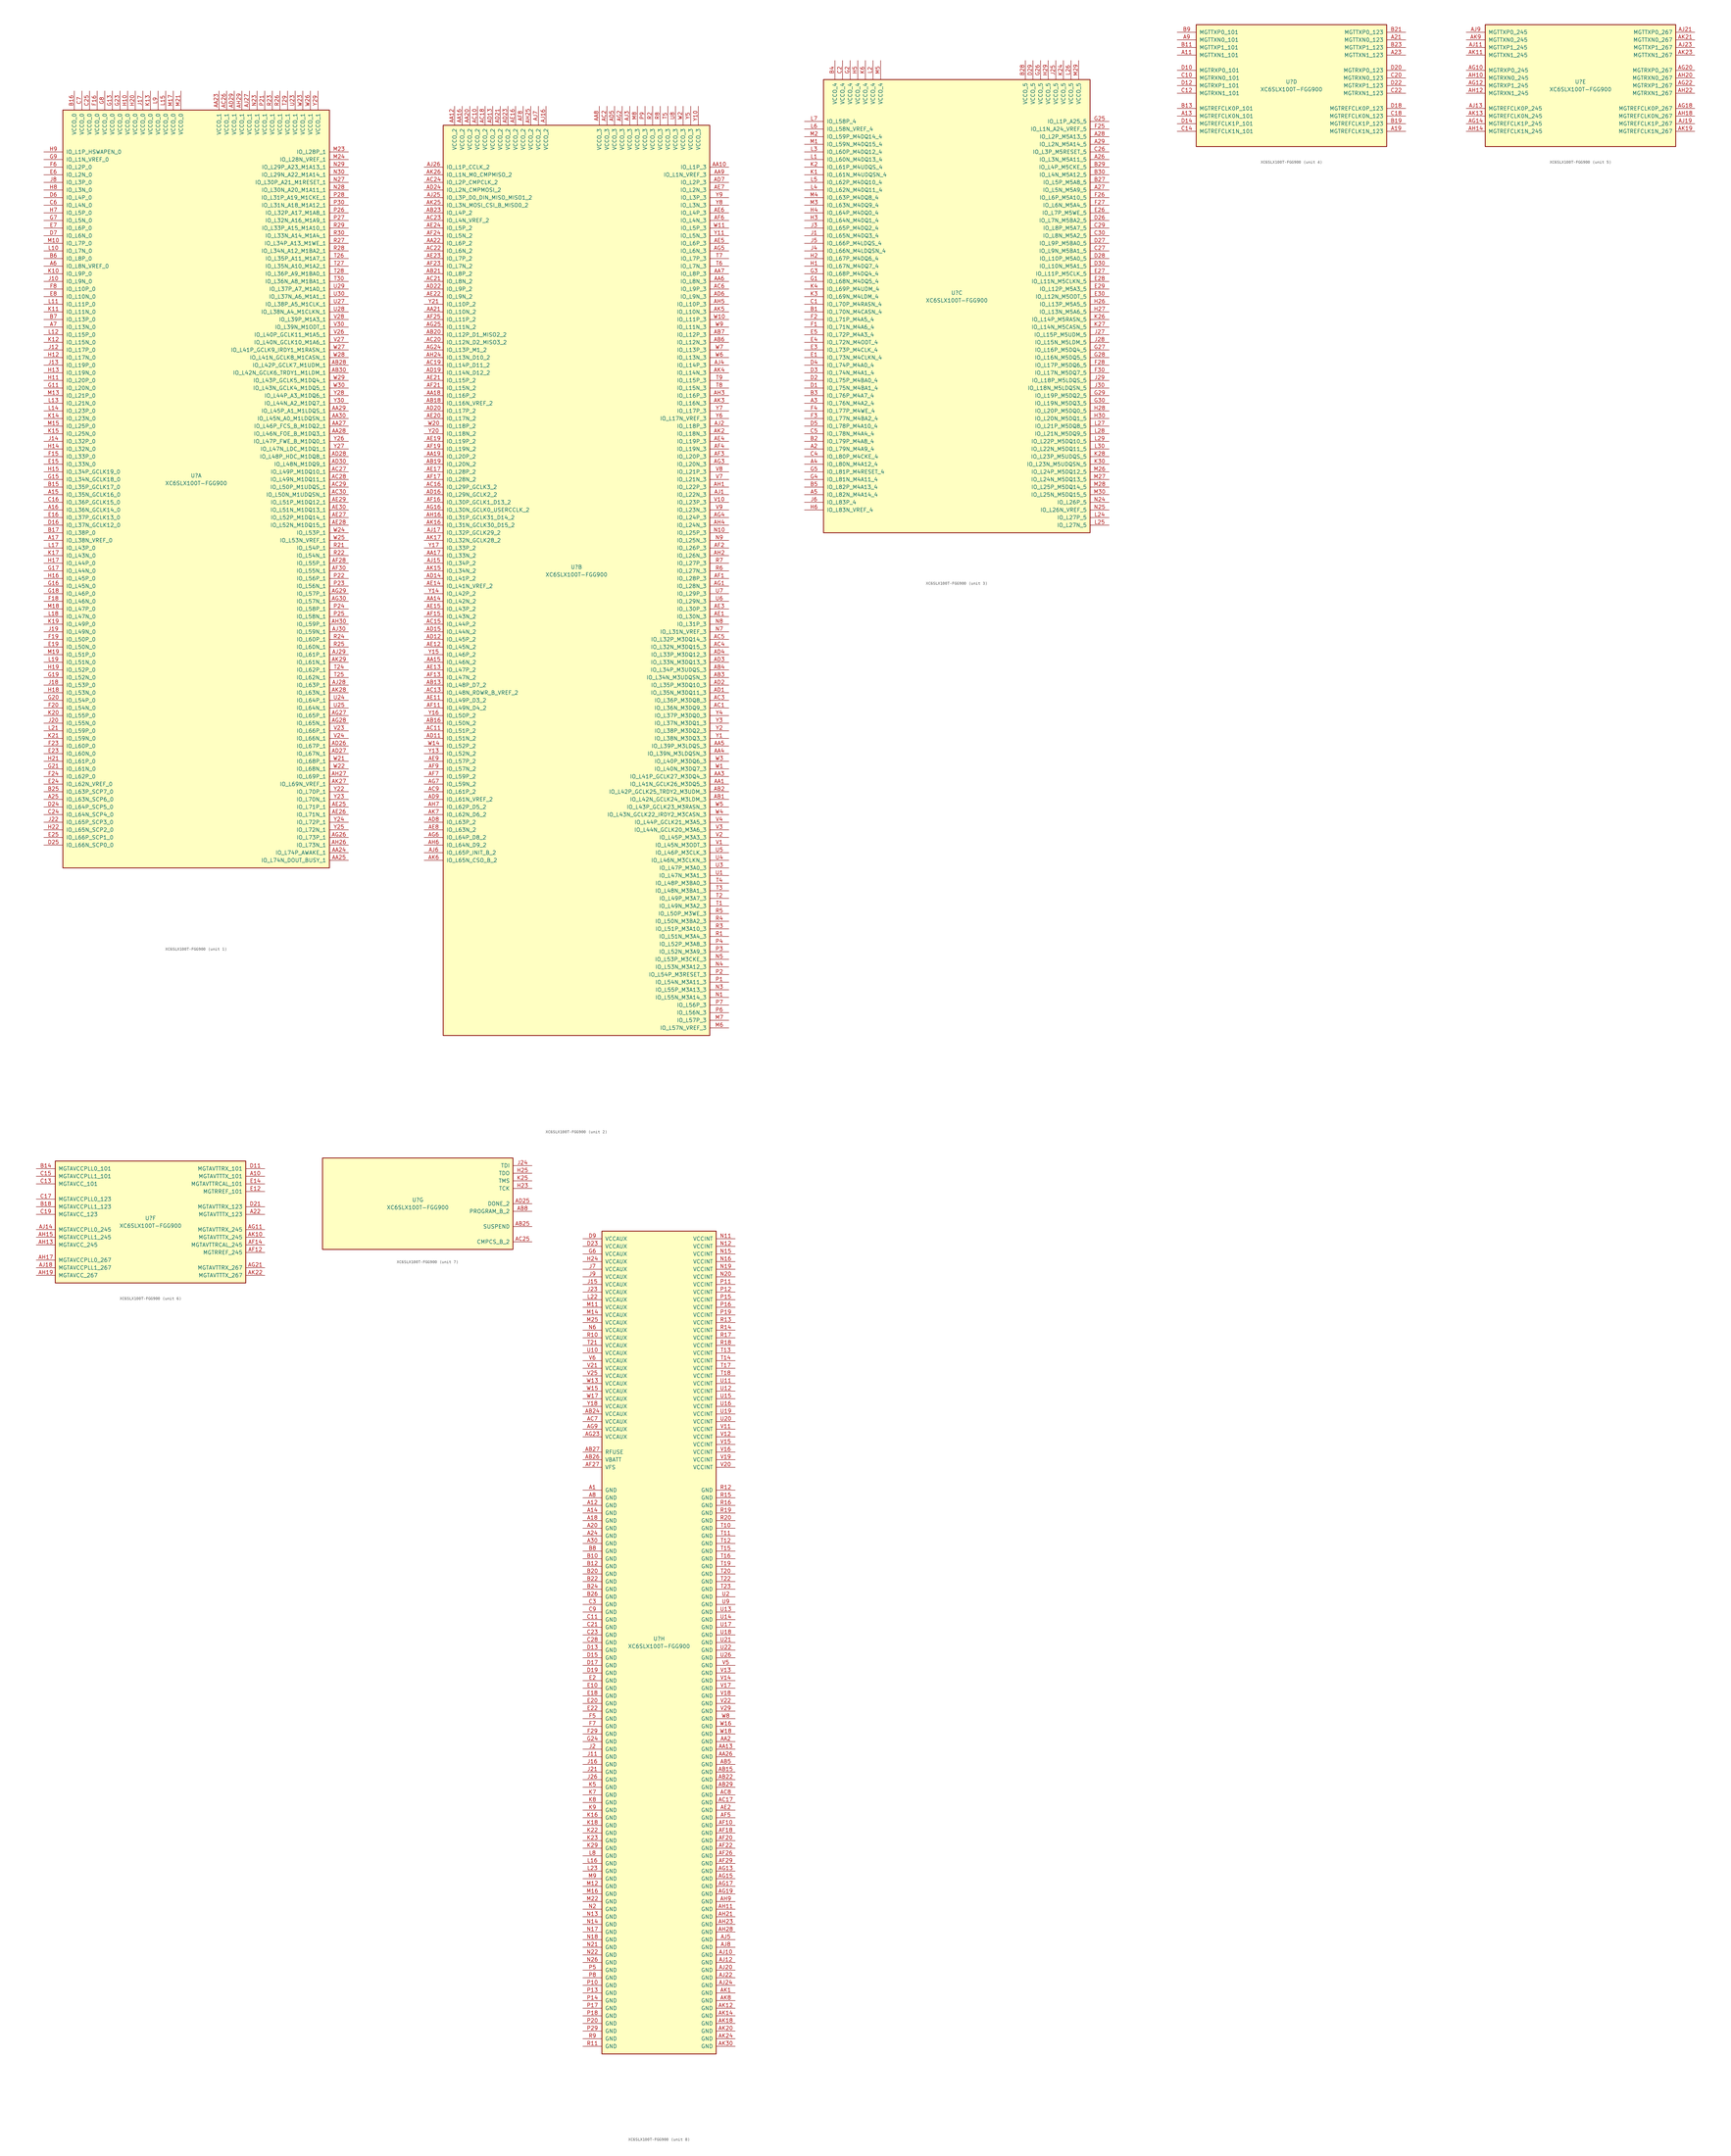
<source format=kicad_sym>
(kicad_symbol_lib
  (version 20201005)
  (generator kicad_symbol_editor)
  (symbol "XC6SLX100T-FGG900"
    (pin_names
      (offset 1.016))
    (property "Reference" "U"
      (at 0 1.27 0)
      (effects (font (size 1.27 1.27))))
    (property "Value" "XC6SLX100T-FGG900"
      (at 0 -1.27 0)
      (effects (font (size 1.27 1.27))))
    (property "Datasheet" ""
      (at 0 0 0)
      (effects (font (size 1.27 1.27))))
    (property "ki_locked" ""
      (at 0 0 0)
      (effects (font (size 1.27 1.27))))
    (symbol "XC6SLX100T-FGG900_1_1"
      (rectangle (start -44.45 123.19) (end 44.45 -129.54) (stroke (width 0.254)) (fill (type background)))
      (pin power_in line (at -40.64 129.54 270) (length 6.35) (name "VCCO_0" (effects (font (size 1.27 1.27)))) (number "B16" (effects (font (size 1.27 1.27)))))
      (pin power_in line (at -38.1 129.54 270) (length 6.35) (name "VCCO_0" (effects (font (size 1.27 1.27)))) (number "C7" (effects (font (size 1.27 1.27)))))
      (pin power_in line (at -35.56 129.54 270) (length 6.35) (name "VCCO_0" (effects (font (size 1.27 1.27)))) (number "C25" (effects (font (size 1.27 1.27)))))
      (pin power_in line (at -33.02 129.54 270) (length 6.35) (name "VCCO_0" (effects (font (size 1.27 1.27)))) (number "F16" (effects (font (size 1.27 1.27)))))
      (pin power_in line (at -30.48 129.54 270) (length 6.35) (name "VCCO_0" (effects (font (size 1.27 1.27)))) (number "G8" (effects (font (size 1.27 1.27)))))
      (pin power_in line (at -27.94 129.54 270) (length 6.35) (name "VCCO_0" (effects (font (size 1.27 1.27)))) (number "G13" (effects (font (size 1.27 1.27)))))
      (pin power_in line (at -25.4 129.54 270) (length 6.35) (name "VCCO_0" (effects (font (size 1.27 1.27)))) (number "G23" (effects (font (size 1.27 1.27)))))
      (pin power_in line (at -22.86 129.54 270) (length 6.35) (name "VCCO_0" (effects (font (size 1.27 1.27)))) (number "H10" (effects (font (size 1.27 1.27)))))
      (pin power_in line (at -20.32 129.54 270) (length 6.35) (name "VCCO_0" (effects (font (size 1.27 1.27)))) (number "H20" (effects (font (size 1.27 1.27)))))
      (pin power_in line (at -17.78 129.54 270) (length 6.35) (name "VCCO_0" (effects (font (size 1.27 1.27)))) (number "J17" (effects (font (size 1.27 1.27)))))
      (pin power_in line (at -15.24 129.54 270) (length 6.35) (name "VCCO_0" (effects (font (size 1.27 1.27)))) (number "K13" (effects (font (size 1.27 1.27)))))
      (pin power_in line (at -12.7 129.54 270) (length 6.35) (name "VCCO_0" (effects (font (size 1.27 1.27)))) (number "L9" (effects (font (size 1.27 1.27)))))
      (pin power_in line (at -10.16 129.54 270) (length 6.35) (name "VCCO_0" (effects (font (size 1.27 1.27)))) (number "L15" (effects (font (size 1.27 1.27)))))
      (pin power_in line (at -7.62 129.54 270) (length 6.35) (name "VCCO_0" (effects (font (size 1.27 1.27)))) (number "M17" (effects (font (size 1.27 1.27)))))
      (pin power_in line (at -5.08 129.54 270) (length 6.35) (name "VCCO_0" (effects (font (size 1.27 1.27)))) (number "M21" (effects (font (size 1.27 1.27)))))
      (pin bidirectional line (at -50.8 109.22 0) (length 6.35) (name "IO_L1P_HSWAPEN_0" (effects (font (size 1.27 1.27)))) (number "H9" (effects (font (size 1.27 1.27)))))
      (pin bidirectional line (at -50.8 106.68 0) (length 6.35) (name "IO_L1N_VREF_0" (effects (font (size 1.27 1.27)))) (number "G9" (effects (font (size 1.27 1.27)))))
      (pin bidirectional line (at -50.8 104.14 0) (length 6.35) (name "IO_L2P_0" (effects (font (size 1.27 1.27)))) (number "F6" (effects (font (size 1.27 1.27)))))
      (pin bidirectional line (at -50.8 101.6 0) (length 6.35) (name "IO_L2N_0" (effects (font (size 1.27 1.27)))) (number "E6" (effects (font (size 1.27 1.27)))))
      (pin bidirectional line (at -50.8 99.06 0) (length 6.35) (name "IO_L3P_0" (effects (font (size 1.27 1.27)))) (number "J8" (effects (font (size 1.27 1.27)))))
      (pin bidirectional line (at -50.8 96.52 0) (length 6.35) (name "IO_L3N_0" (effects (font (size 1.27 1.27)))) (number "H8" (effects (font (size 1.27 1.27)))))
      (pin bidirectional line (at -50.8 93.98 0) (length 6.35) (name "IO_L4P_0" (effects (font (size 1.27 1.27)))) (number "D6" (effects (font (size 1.27 1.27)))))
      (pin bidirectional line (at -50.8 91.44 0) (length 6.35) (name "IO_L4N_0" (effects (font (size 1.27 1.27)))) (number "C6" (effects (font (size 1.27 1.27)))))
      (pin bidirectional line (at -50.8 88.9 0) (length 6.35) (name "IO_L5P_0" (effects (font (size 1.27 1.27)))) (number "H7" (effects (font (size 1.27 1.27)))))
      (pin bidirectional line (at -50.8 86.36 0) (length 6.35) (name "IO_L5N_0" (effects (font (size 1.27 1.27)))) (number "G7" (effects (font (size 1.27 1.27)))))
      (pin bidirectional line (at -50.8 83.82 0) (length 6.35) (name "IO_L6P_0" (effects (font (size 1.27 1.27)))) (number "E7" (effects (font (size 1.27 1.27)))))
      (pin bidirectional line (at -50.8 81.28 0) (length 6.35) (name "IO_L6N_0" (effects (font (size 1.27 1.27)))) (number "D7" (effects (font (size 1.27 1.27)))))
      (pin bidirectional line (at -50.8 78.74 0) (length 6.35) (name "IO_L7P_0" (effects (font (size 1.27 1.27)))) (number "M10" (effects (font (size 1.27 1.27)))))
      (pin bidirectional line (at -50.8 76.2 0) (length 6.35) (name "IO_L7N_0" (effects (font (size 1.27 1.27)))) (number "L10" (effects (font (size 1.27 1.27)))))
      (pin bidirectional line (at -50.8 73.66 0) (length 6.35) (name "IO_L8P_0" (effects (font (size 1.27 1.27)))) (number "B6" (effects (font (size 1.27 1.27)))))
      (pin bidirectional line (at -50.8 71.12 0) (length 6.35) (name "IO_L8N_VREF_0" (effects (font (size 1.27 1.27)))) (number "A6" (effects (font (size 1.27 1.27)))))
      (pin bidirectional line (at -50.8 68.58 0) (length 6.35) (name "IO_L9P_0" (effects (font (size 1.27 1.27)))) (number "K10" (effects (font (size 1.27 1.27)))))
      (pin bidirectional line (at -50.8 66.04 0) (length 6.35) (name "IO_L9N_0" (effects (font (size 1.27 1.27)))) (number "J10" (effects (font (size 1.27 1.27)))))
      (pin bidirectional line (at -50.8 63.5 0) (length 6.35) (name "IO_L10P_0" (effects (font (size 1.27 1.27)))) (number "F8" (effects (font (size 1.27 1.27)))))
      (pin bidirectional line (at -50.8 60.96 0) (length 6.35) (name "IO_L10N_0" (effects (font (size 1.27 1.27)))) (number "E8" (effects (font (size 1.27 1.27)))))
      (pin bidirectional line (at -50.8 58.42 0) (length 6.35) (name "IO_L11P_0" (effects (font (size 1.27 1.27)))) (number "L11" (effects (font (size 1.27 1.27)))))
      (pin bidirectional line (at -50.8 55.88 0) (length 6.35) (name "IO_L11N_0" (effects (font (size 1.27 1.27)))) (number "K11" (effects (font (size 1.27 1.27)))))
      (pin bidirectional line (at -50.8 53.34 0) (length 6.35) (name "IO_L13P_0" (effects (font (size 1.27 1.27)))) (number "B7" (effects (font (size 1.27 1.27)))))
      (pin bidirectional line (at -50.8 50.8 0) (length 6.35) (name "IO_L13N_0" (effects (font (size 1.27 1.27)))) (number "A7" (effects (font (size 1.27 1.27)))))
      (pin bidirectional line (at -50.8 48.26 0) (length 6.35) (name "IO_L15P_0" (effects (font (size 1.27 1.27)))) (number "L12" (effects (font (size 1.27 1.27)))))
      (pin bidirectional line (at -50.8 45.72 0) (length 6.35) (name "IO_L15N_0" (effects (font (size 1.27 1.27)))) (number "K12" (effects (font (size 1.27 1.27)))))
      (pin bidirectional line (at -50.8 43.18 0) (length 6.35) (name "IO_L17P_0" (effects (font (size 1.27 1.27)))) (number "J12" (effects (font (size 1.27 1.27)))))
      (pin bidirectional line (at -50.8 40.64 0) (length 6.35) (name "IO_L17N_0" (effects (font (size 1.27 1.27)))) (number "H12" (effects (font (size 1.27 1.27)))))
      (pin bidirectional line (at -50.8 38.1 0) (length 6.35) (name "IO_L19P_0" (effects (font (size 1.27 1.27)))) (number "J13" (effects (font (size 1.27 1.27)))))
      (pin bidirectional line (at -50.8 35.56 0) (length 6.35) (name "IO_L19N_0" (effects (font (size 1.27 1.27)))) (number "H13" (effects (font (size 1.27 1.27)))))
      (pin bidirectional line (at -50.8 33.02 0) (length 6.35) (name "IO_L20P_0" (effects (font (size 1.27 1.27)))) (number "H11" (effects (font (size 1.27 1.27)))))
      (pin bidirectional line (at -50.8 30.48 0) (length 6.35) (name "IO_L20N_0" (effects (font (size 1.27 1.27)))) (number "G11" (effects (font (size 1.27 1.27)))))
      (pin bidirectional line (at -50.8 27.94 0) (length 6.35) (name "IO_L21P_0" (effects (font (size 1.27 1.27)))) (number "M13" (effects (font (size 1.27 1.27)))))
      (pin bidirectional line (at -50.8 25.4 0) (length 6.35) (name "IO_L21N_0" (effects (font (size 1.27 1.27)))) (number "L13" (effects (font (size 1.27 1.27)))))
      (pin bidirectional line (at -50.8 22.86 0) (length 6.35) (name "IO_L23P_0" (effects (font (size 1.27 1.27)))) (number "L14" (effects (font (size 1.27 1.27)))))
      (pin bidirectional line (at -50.8 20.32 0) (length 6.35) (name "IO_L23N_0" (effects (font (size 1.27 1.27)))) (number "K14" (effects (font (size 1.27 1.27)))))
      (pin bidirectional line (at -50.8 17.78 0) (length 6.35) (name "IO_L25P_0" (effects (font (size 1.27 1.27)))) (number "M15" (effects (font (size 1.27 1.27)))))
      (pin bidirectional line (at -50.8 15.24 0) (length 6.35) (name "IO_L25N_0" (effects (font (size 1.27 1.27)))) (number "K15" (effects (font (size 1.27 1.27)))))
      (pin bidirectional line (at -50.8 12.7 0) (length 6.35) (name "IO_L32P_0" (effects (font (size 1.27 1.27)))) (number "J14" (effects (font (size 1.27 1.27)))))
      (pin bidirectional line (at -50.8 10.16 0) (length 6.35) (name "IO_L32N_0" (effects (font (size 1.27 1.27)))) (number "H14" (effects (font (size 1.27 1.27)))))
      (pin bidirectional line (at -50.8 7.62 0) (length 6.35) (name "IO_L33P_0" (effects (font (size 1.27 1.27)))) (number "F15" (effects (font (size 1.27 1.27)))))
      (pin bidirectional line (at -50.8 5.08 0) (length 6.35) (name "IO_L33N_0" (effects (font (size 1.27 1.27)))) (number "E15" (effects (font (size 1.27 1.27)))))
      (pin bidirectional line (at -50.8 2.54 0) (length 6.35) (name "IO_L34P_GCLK19_0" (effects (font (size 1.27 1.27)))) (number "H15" (effects (font (size 1.27 1.27)))))
      (pin bidirectional line (at -50.8 0 0) (length 6.35) (name "IO_L34N_GCLK18_0" (effects (font (size 1.27 1.27)))) (number "G15" (effects (font (size 1.27 1.27)))))
      (pin bidirectional line (at -50.8 -2.54 0) (length 6.35) (name "IO_L35P_GCLK17_0" (effects (font (size 1.27 1.27)))) (number "B15" (effects (font (size 1.27 1.27)))))
      (pin bidirectional line (at -50.8 -5.08 0) (length 6.35) (name "IO_L35N_GCLK16_0" (effects (font (size 1.27 1.27)))) (number "A15" (effects (font (size 1.27 1.27)))))
      (pin bidirectional line (at -50.8 -7.62 0) (length 6.35) (name "IO_L36P_GCLK15_0" (effects (font (size 1.27 1.27)))) (number "C16" (effects (font (size 1.27 1.27)))))
      (pin bidirectional line (at -50.8 -10.16 0) (length 6.35) (name "IO_L36N_GCLK14_0" (effects (font (size 1.27 1.27)))) (number "A16" (effects (font (size 1.27 1.27)))))
      (pin bidirectional line (at -50.8 -12.7 0) (length 6.35) (name "IO_L37P_GCLK13_0" (effects (font (size 1.27 1.27)))) (number "E16" (effects (font (size 1.27 1.27)))))
      (pin bidirectional line (at -50.8 -15.24 0) (length 6.35) (name "IO_L37N_GCLK12_0" (effects (font (size 1.27 1.27)))) (number "D16" (effects (font (size 1.27 1.27)))))
      (pin bidirectional line (at -50.8 -17.78 0) (length 6.35) (name "IO_L38P_0" (effects (font (size 1.27 1.27)))) (number "B17" (effects (font (size 1.27 1.27)))))
      (pin bidirectional line (at -50.8 -20.32 0) (length 6.35) (name "IO_L38N_VREF_0" (effects (font (size 1.27 1.27)))) (number "A17" (effects (font (size 1.27 1.27)))))
      (pin bidirectional line (at -50.8 -22.86 0) (length 6.35) (name "IO_L43P_0" (effects (font (size 1.27 1.27)))) (number "L17" (effects (font (size 1.27 1.27)))))
      (pin bidirectional line (at -50.8 -25.4 0) (length 6.35) (name "IO_L43N_0" (effects (font (size 1.27 1.27)))) (number "K17" (effects (font (size 1.27 1.27)))))
      (pin bidirectional line (at -50.8 -27.94 0) (length 6.35) (name "IO_L44P_0" (effects (font (size 1.27 1.27)))) (number "H17" (effects (font (size 1.27 1.27)))))
      (pin bidirectional line (at -50.8 -30.48 0) (length 6.35) (name "IO_L44N_0" (effects (font (size 1.27 1.27)))) (number "G17" (effects (font (size 1.27 1.27)))))
      (pin bidirectional line (at -50.8 -33.02 0) (length 6.35) (name "IO_L45P_0" (effects (font (size 1.27 1.27)))) (number "H16" (effects (font (size 1.27 1.27)))))
      (pin bidirectional line (at -50.8 -35.56 0) (length 6.35) (name "IO_L45N_0" (effects (font (size 1.27 1.27)))) (number "G16" (effects (font (size 1.27 1.27)))))
      (pin bidirectional line (at -50.8 -38.1 0) (length 6.35) (name "IO_L46P_0" (effects (font (size 1.27 1.27)))) (number "G18" (effects (font (size 1.27 1.27)))))
      (pin bidirectional line (at -50.8 -40.64 0) (length 6.35) (name "IO_L46N_0" (effects (font (size 1.27 1.27)))) (number "F18" (effects (font (size 1.27 1.27)))))
      (pin bidirectional line (at -50.8 -43.18 0) (length 6.35) (name "IO_L47P_0" (effects (font (size 1.27 1.27)))) (number "M18" (effects (font (size 1.27 1.27)))))
      (pin bidirectional line (at -50.8 -45.72 0) (length 6.35) (name "IO_L47N_0" (effects (font (size 1.27 1.27)))) (number "L18" (effects (font (size 1.27 1.27)))))
      (pin bidirectional line (at -50.8 -48.26 0) (length 6.35) (name "IO_L49P_0" (effects (font (size 1.27 1.27)))) (number "K19" (effects (font (size 1.27 1.27)))))
      (pin bidirectional line (at -50.8 -50.8 0) (length 6.35) (name "IO_L49N_0" (effects (font (size 1.27 1.27)))) (number "J19" (effects (font (size 1.27 1.27)))))
      (pin bidirectional line (at -50.8 -53.34 0) (length 6.35) (name "IO_L50P_0" (effects (font (size 1.27 1.27)))) (number "F19" (effects (font (size 1.27 1.27)))))
      (pin bidirectional line (at -50.8 -55.88 0) (length 6.35) (name "IO_L50N_0" (effects (font (size 1.27 1.27)))) (number "E19" (effects (font (size 1.27 1.27)))))
      (pin bidirectional line (at -50.8 -58.42 0) (length 6.35) (name "IO_L51P_0" (effects (font (size 1.27 1.27)))) (number "M19" (effects (font (size 1.27 1.27)))))
      (pin bidirectional line (at -50.8 -60.96 0) (length 6.35) (name "IO_L51N_0" (effects (font (size 1.27 1.27)))) (number "L19" (effects (font (size 1.27 1.27)))))
      (pin bidirectional line (at -50.8 -63.5 0) (length 6.35) (name "IO_L52P_0" (effects (font (size 1.27 1.27)))) (number "H19" (effects (font (size 1.27 1.27)))))
      (pin bidirectional line (at -50.8 -66.04 0) (length 6.35) (name "IO_L52N_0" (effects (font (size 1.27 1.27)))) (number "G19" (effects (font (size 1.27 1.27)))))
      (pin bidirectional line (at -50.8 -68.58 0) (length 6.35) (name "IO_L53P_0" (effects (font (size 1.27 1.27)))) (number "J18" (effects (font (size 1.27 1.27)))))
      (pin bidirectional line (at -50.8 -71.12 0) (length 6.35) (name "IO_L53N_0" (effects (font (size 1.27 1.27)))) (number "H18" (effects (font (size 1.27 1.27)))))
      (pin bidirectional line (at -50.8 -73.66 0) (length 6.35) (name "IO_L54P_0" (effects (font (size 1.27 1.27)))) (number "G20" (effects (font (size 1.27 1.27)))))
      (pin bidirectional line (at -50.8 -76.2 0) (length 6.35) (name "IO_L54N_0" (effects (font (size 1.27 1.27)))) (number "F20" (effects (font (size 1.27 1.27)))))
      (pin bidirectional line (at -50.8 -78.74 0) (length 6.35) (name "IO_L55P_0" (effects (font (size 1.27 1.27)))) (number "K20" (effects (font (size 1.27 1.27)))))
      (pin bidirectional line (at -50.8 -81.28 0) (length 6.35) (name "IO_L55N_0" (effects (font (size 1.27 1.27)))) (number "J20" (effects (font (size 1.27 1.27)))))
      (pin bidirectional line (at -50.8 -83.82 0) (length 6.35) (name "IO_L59P_0" (effects (font (size 1.27 1.27)))) (number "L21" (effects (font (size 1.27 1.27)))))
      (pin bidirectional line (at -50.8 -86.36 0) (length 6.35) (name "IO_L59N_0" (effects (font (size 1.27 1.27)))) (number "K21" (effects (font (size 1.27 1.27)))))
      (pin bidirectional line (at -50.8 -88.9 0) (length 6.35) (name "IO_L60P_0" (effects (font (size 1.27 1.27)))) (number "F23" (effects (font (size 1.27 1.27)))))
      (pin bidirectional line (at -50.8 -91.44 0) (length 6.35) (name "IO_L60N_0" (effects (font (size 1.27 1.27)))) (number "E23" (effects (font (size 1.27 1.27)))))
      (pin bidirectional line (at -50.8 -93.98 0) (length 6.35) (name "IO_L61P_0" (effects (font (size 1.27 1.27)))) (number "H21" (effects (font (size 1.27 1.27)))))
      (pin bidirectional line (at -50.8 -96.52 0) (length 6.35) (name "IO_L61N_0" (effects (font (size 1.27 1.27)))) (number "G21" (effects (font (size 1.27 1.27)))))
      (pin bidirectional line (at -50.8 -99.06 0) (length 6.35) (name "IO_L62P_0" (effects (font (size 1.27 1.27)))) (number "F24" (effects (font (size 1.27 1.27)))))
      (pin bidirectional line (at -50.8 -101.6 0) (length 6.35) (name "IO_L62N_VREF_0" (effects (font (size 1.27 1.27)))) (number "E24" (effects (font (size 1.27 1.27)))))
      (pin bidirectional line (at -50.8 -104.14 0) (length 6.35) (name "IO_L63P_SCP7_0" (effects (font (size 1.27 1.27)))) (number "B25" (effects (font (size 1.27 1.27)))))
      (pin bidirectional line (at -50.8 -106.68 0) (length 6.35) (name "IO_L63N_SCP6_0" (effects (font (size 1.27 1.27)))) (number "A25" (effects (font (size 1.27 1.27)))))
      (pin bidirectional line (at -50.8 -109.22 0) (length 6.35) (name "IO_L64P_SCP5_0" (effects (font (size 1.27 1.27)))) (number "D24" (effects (font (size 1.27 1.27)))))
      (pin bidirectional line (at -50.8 -111.76 0) (length 6.35) (name "IO_L64N_SCP4_0" (effects (font (size 1.27 1.27)))) (number "C24" (effects (font (size 1.27 1.27)))))
      (pin bidirectional line (at -50.8 -114.3 0) (length 6.35) (name "IO_L65P_SCP3_0" (effects (font (size 1.27 1.27)))) (number "J22" (effects (font (size 1.27 1.27)))))
      (pin bidirectional line (at -50.8 -116.84 0) (length 6.35) (name "IO_L65N_SCP2_0" (effects (font (size 1.27 1.27)))) (number "H22" (effects (font (size 1.27 1.27)))))
      (pin bidirectional line (at -50.8 -119.38 0) (length 6.35) (name "IO_L66P_SCP1_0" (effects (font (size 1.27 1.27)))) (number "E25" (effects (font (size 1.27 1.27)))))
      (pin bidirectional line (at -50.8 -121.92 0) (length 6.35) (name "IO_L66N_SCP0_0" (effects (font (size 1.27 1.27)))) (number "D25" (effects (font (size 1.27 1.27)))))
      (pin power_in line (at 7.62 129.54 270) (length 6.35) (name "VCCO_1" (effects (font (size 1.27 1.27)))) (number "AA23" (effects (font (size 1.27 1.27)))))
      (pin power_in line (at 10.16 129.54 270) (length 6.35) (name "VCCO_1" (effects (font (size 1.27 1.27)))) (number "AC26" (effects (font (size 1.27 1.27)))))
      (pin power_in line (at 12.7 129.54 270) (length 6.35) (name "VCCO_1" (effects (font (size 1.27 1.27)))) (number "AD29" (effects (font (size 1.27 1.27)))))
      (pin power_in line (at 15.24 129.54 270) (length 6.35) (name "VCCO_1" (effects (font (size 1.27 1.27)))) (number "AH29" (effects (font (size 1.27 1.27)))))
      (pin power_in line (at 17.78 129.54 270) (length 6.35) (name "VCCO_1" (effects (font (size 1.27 1.27)))) (number "AJ27" (effects (font (size 1.27 1.27)))))
      (pin power_in line (at 20.32 129.54 270) (length 6.35) (name "VCCO_1" (effects (font (size 1.27 1.27)))) (number "N23" (effects (font (size 1.27 1.27)))))
      (pin power_in line (at 22.86 129.54 270) (length 6.35) (name "VCCO_1" (effects (font (size 1.27 1.27)))) (number "P21" (effects (font (size 1.27 1.27)))))
      (pin power_in line (at 25.4 129.54 270) (length 6.35) (name "VCCO_1" (effects (font (size 1.27 1.27)))) (number "R23" (effects (font (size 1.27 1.27)))))
      (pin power_in line (at 27.94 129.54 270) (length 6.35) (name "VCCO_1" (effects (font (size 1.27 1.27)))) (number "R26" (effects (font (size 1.27 1.27)))))
      (pin power_in line (at 30.48 129.54 270) (length 6.35) (name "VCCO_1" (effects (font (size 1.27 1.27)))) (number "T29" (effects (font (size 1.27 1.27)))))
      (pin power_in line (at 33.02 129.54 270) (length 6.35) (name "VCCO_1" (effects (font (size 1.27 1.27)))) (number "U23" (effects (font (size 1.27 1.27)))))
      (pin power_in line (at 35.56 129.54 270) (length 6.35) (name "VCCO_1" (effects (font (size 1.27 1.27)))) (number "W23" (effects (font (size 1.27 1.27)))))
      (pin power_in line (at 38.1 129.54 270) (length 6.35) (name "VCCO_1" (effects (font (size 1.27 1.27)))) (number "W26" (effects (font (size 1.27 1.27)))))
      (pin power_in line (at 40.64 129.54 270) (length 6.35) (name "VCCO_1" (effects (font (size 1.27 1.27)))) (number "Y29" (effects (font (size 1.27 1.27)))))
      (pin bidirectional line (at 50.8 109.22 180) (length 6.35) (name "IO_L28P_1" (effects (font (size 1.27 1.27)))) (number "M23" (effects (font (size 1.27 1.27)))))
      (pin bidirectional line (at 50.8 106.68 180) (length 6.35) (name "IO_L28N_VREF_1" (effects (font (size 1.27 1.27)))) (number "M24" (effects (font (size 1.27 1.27)))))
      (pin bidirectional line (at 50.8 104.14 180) (length 6.35) (name "IO_L29P_A23_M1A13_1" (effects (font (size 1.27 1.27)))) (number "N29" (effects (font (size 1.27 1.27)))))
      (pin bidirectional line (at 50.8 101.6 180) (length 6.35) (name "IO_L29N_A22_M1A14_1" (effects (font (size 1.27 1.27)))) (number "N30" (effects (font (size 1.27 1.27)))))
      (pin bidirectional line (at 50.8 99.06 180) (length 6.35) (name "IO_L30P_A21_M1RESET_1" (effects (font (size 1.27 1.27)))) (number "N27" (effects (font (size 1.27 1.27)))))
      (pin bidirectional line (at 50.8 96.52 180) (length 6.35) (name "IO_L30N_A20_M1A11_1" (effects (font (size 1.27 1.27)))) (number "N28" (effects (font (size 1.27 1.27)))))
      (pin bidirectional line (at 50.8 93.98 180) (length 6.35) (name "IO_L31P_A19_M1CKE_1" (effects (font (size 1.27 1.27)))) (number "P28" (effects (font (size 1.27 1.27)))))
      (pin bidirectional line (at 50.8 91.44 180) (length 6.35) (name "IO_L31N_A18_M1A12_1" (effects (font (size 1.27 1.27)))) (number "P30" (effects (font (size 1.27 1.27)))))
      (pin bidirectional line (at 50.8 88.9 180) (length 6.35) (name "IO_L32P_A17_M1A8_1" (effects (font (size 1.27 1.27)))) (number "P26" (effects (font (size 1.27 1.27)))))
      (pin bidirectional line (at 50.8 86.36 180) (length 6.35) (name "IO_L32N_A16_M1A9_1" (effects (font (size 1.27 1.27)))) (number "P27" (effects (font (size 1.27 1.27)))))
      (pin bidirectional line (at 50.8 83.82 180) (length 6.35) (name "IO_L33P_A15_M1A10_1" (effects (font (size 1.27 1.27)))) (number "R29" (effects (font (size 1.27 1.27)))))
      (pin bidirectional line (at 50.8 81.28 180) (length 6.35) (name "IO_L33N_A14_M1A4_1" (effects (font (size 1.27 1.27)))) (number "R30" (effects (font (size 1.27 1.27)))))
      (pin bidirectional line (at 50.8 78.74 180) (length 6.35) (name "IO_L34P_A13_M1WE_1" (effects (font (size 1.27 1.27)))) (number "R27" (effects (font (size 1.27 1.27)))))
      (pin bidirectional line (at 50.8 76.2 180) (length 6.35) (name "IO_L34N_A12_M1BA2_1" (effects (font (size 1.27 1.27)))) (number "R28" (effects (font (size 1.27 1.27)))))
      (pin bidirectional line (at 50.8 73.66 180) (length 6.35) (name "IO_L35P_A11_M1A7_1" (effects (font (size 1.27 1.27)))) (number "T26" (effects (font (size 1.27 1.27)))))
      (pin bidirectional line (at 50.8 71.12 180) (length 6.35) (name "IO_L35N_A10_M1A2_1" (effects (font (size 1.27 1.27)))) (number "T27" (effects (font (size 1.27 1.27)))))
      (pin bidirectional line (at 50.8 68.58 180) (length 6.35) (name "IO_L36P_A9_M1BA0_1" (effects (font (size 1.27 1.27)))) (number "T28" (effects (font (size 1.27 1.27)))))
      (pin bidirectional line (at 50.8 66.04 180) (length 6.35) (name "IO_L36N_A8_M1BA1_1" (effects (font (size 1.27 1.27)))) (number "T30" (effects (font (size 1.27 1.27)))))
      (pin bidirectional line (at 50.8 63.5 180) (length 6.35) (name "IO_L37P_A7_M1A0_1" (effects (font (size 1.27 1.27)))) (number "U29" (effects (font (size 1.27 1.27)))))
      (pin bidirectional line (at 50.8 60.96 180) (length 6.35) (name "IO_L37N_A6_M1A1_1" (effects (font (size 1.27 1.27)))) (number "U30" (effects (font (size 1.27 1.27)))))
      (pin bidirectional line (at 50.8 58.42 180) (length 6.35) (name "IO_L38P_A5_M1CLK_1" (effects (font (size 1.27 1.27)))) (number "U27" (effects (font (size 1.27 1.27)))))
      (pin bidirectional line (at 50.8 55.88 180) (length 6.35) (name "IO_L38N_A4_M1CLKN_1" (effects (font (size 1.27 1.27)))) (number "U28" (effects (font (size 1.27 1.27)))))
      (pin bidirectional line (at 50.8 53.34 180) (length 6.35) (name "IO_L39P_M1A3_1" (effects (font (size 1.27 1.27)))) (number "V28" (effects (font (size 1.27 1.27)))))
      (pin bidirectional line (at 50.8 50.8 180) (length 6.35) (name "IO_L39N_M1ODT_1" (effects (font (size 1.27 1.27)))) (number "V30" (effects (font (size 1.27 1.27)))))
      (pin bidirectional line (at 50.8 48.26 180) (length 6.35) (name "IO_L40P_GCLK11_M1A5_1" (effects (font (size 1.27 1.27)))) (number "V26" (effects (font (size 1.27 1.27)))))
      (pin bidirectional line (at 50.8 45.72 180) (length 6.35) (name "IO_L40N_GCLK10_M1A6_1" (effects (font (size 1.27 1.27)))) (number "V27" (effects (font (size 1.27 1.27)))))
      (pin bidirectional line (at 50.8 43.18 180) (length 6.35) (name "IO_L41P_GCLK9_IRDY1_M1RASN_1" (effects (font (size 1.27 1.27)))) (number "W27" (effects (font (size 1.27 1.27)))))
      (pin bidirectional line (at 50.8 40.64 180) (length 6.35) (name "IO_L41N_GCLK8_M1CASN_1" (effects (font (size 1.27 1.27)))) (number "W28" (effects (font (size 1.27 1.27)))))
      (pin bidirectional line (at 50.8 38.1 180) (length 6.35) (name "IO_L42P_GCLK7_M1UDM_1" (effects (font (size 1.27 1.27)))) (number "AB28" (effects (font (size 1.27 1.27)))))
      (pin bidirectional line (at 50.8 35.56 180) (length 6.35) (name "IO_L42N_GCLK6_TRDY1_M1LDM_1" (effects (font (size 1.27 1.27)))) (number "AB30" (effects (font (size 1.27 1.27)))))
      (pin bidirectional line (at 50.8 33.02 180) (length 6.35) (name "IO_L43P_GCLK5_M1DQ4_1" (effects (font (size 1.27 1.27)))) (number "W29" (effects (font (size 1.27 1.27)))))
      (pin bidirectional line (at 50.8 30.48 180) (length 6.35) (name "IO_L43N_GCLK4_M1DQ5_1" (effects (font (size 1.27 1.27)))) (number "W30" (effects (font (size 1.27 1.27)))))
      (pin bidirectional line (at 50.8 27.94 180) (length 6.35) (name "IO_L44P_A3_M1DQ6_1" (effects (font (size 1.27 1.27)))) (number "Y28" (effects (font (size 1.27 1.27)))))
      (pin bidirectional line (at 50.8 25.4 180) (length 6.35) (name "IO_L44N_A2_M1DQ7_1" (effects (font (size 1.27 1.27)))) (number "Y30" (effects (font (size 1.27 1.27)))))
      (pin bidirectional line (at 50.8 22.86 180) (length 6.35) (name "IO_L45P_A1_M1LDQS_1" (effects (font (size 1.27 1.27)))) (number "AA29" (effects (font (size 1.27 1.27)))))
      (pin bidirectional line (at 50.8 20.32 180) (length 6.35) (name "IO_L45N_A0_M1LDQSN_1" (effects (font (size 1.27 1.27)))) (number "AA30" (effects (font (size 1.27 1.27)))))
      (pin bidirectional line (at 50.8 17.78 180) (length 6.35) (name "IO_L46P_FCS_B_M1DQ2_1" (effects (font (size 1.27 1.27)))) (number "AA27" (effects (font (size 1.27 1.27)))))
      (pin bidirectional line (at 50.8 15.24 180) (length 6.35) (name "IO_L46N_FOE_B_M1DQ3_1" (effects (font (size 1.27 1.27)))) (number "AA28" (effects (font (size 1.27 1.27)))))
      (pin bidirectional line (at 50.8 12.7 180) (length 6.35) (name "IO_L47P_FWE_B_M1DQ0_1" (effects (font (size 1.27 1.27)))) (number "Y26" (effects (font (size 1.27 1.27)))))
      (pin bidirectional line (at 50.8 10.16 180) (length 6.35) (name "IO_L47N_LDC_M1DQ1_1" (effects (font (size 1.27 1.27)))) (number "Y27" (effects (font (size 1.27 1.27)))))
      (pin bidirectional line (at 50.8 7.62 180) (length 6.35) (name "IO_L48P_HDC_M1DQ8_1" (effects (font (size 1.27 1.27)))) (number "AD28" (effects (font (size 1.27 1.27)))))
      (pin bidirectional line (at 50.8 5.08 180) (length 6.35) (name "IO_L48N_M1DQ9_1" (effects (font (size 1.27 1.27)))) (number "AD30" (effects (font (size 1.27 1.27)))))
      (pin bidirectional line (at 50.8 2.54 180) (length 6.35) (name "IO_L49P_M1DQ10_1" (effects (font (size 1.27 1.27)))) (number "AC27" (effects (font (size 1.27 1.27)))))
      (pin bidirectional line (at 50.8 0 180) (length 6.35) (name "IO_L49N_M1DQ11_1" (effects (font (size 1.27 1.27)))) (number "AC28" (effects (font (size 1.27 1.27)))))
      (pin bidirectional line (at 50.8 -2.54 180) (length 6.35) (name "IO_L50P_M1UDQS_1" (effects (font (size 1.27 1.27)))) (number "AC29" (effects (font (size 1.27 1.27)))))
      (pin bidirectional line (at 50.8 -5.08 180) (length 6.35) (name "IO_L50N_M1UDQSN_1" (effects (font (size 1.27 1.27)))) (number "AC30" (effects (font (size 1.27 1.27)))))
      (pin bidirectional line (at 50.8 -7.62 180) (length 6.35) (name "IO_L51P_M1DQ12_1" (effects (font (size 1.27 1.27)))) (number "AE29" (effects (font (size 1.27 1.27)))))
      (pin bidirectional line (at 50.8 -10.16 180) (length 6.35) (name "IO_L51N_M1DQ13_1" (effects (font (size 1.27 1.27)))) (number "AE30" (effects (font (size 1.27 1.27)))))
      (pin bidirectional line (at 50.8 -12.7 180) (length 6.35) (name "IO_L52P_M1DQ14_1" (effects (font (size 1.27 1.27)))) (number "AE27" (effects (font (size 1.27 1.27)))))
      (pin bidirectional line (at 50.8 -15.24 180) (length 6.35) (name "IO_L52N_M1DQ15_1" (effects (font (size 1.27 1.27)))) (number "AE28" (effects (font (size 1.27 1.27)))))
      (pin bidirectional line (at 50.8 -17.78 180) (length 6.35) (name "IO_L53P_1" (effects (font (size 1.27 1.27)))) (number "W24" (effects (font (size 1.27 1.27)))))
      (pin bidirectional line (at 50.8 -20.32 180) (length 6.35) (name "IO_L53N_VREF_1" (effects (font (size 1.27 1.27)))) (number "W25" (effects (font (size 1.27 1.27)))))
      (pin bidirectional line (at 50.8 -22.86 180) (length 6.35) (name "IO_L54P_1" (effects (font (size 1.27 1.27)))) (number "R21" (effects (font (size 1.27 1.27)))))
      (pin bidirectional line (at 50.8 -25.4 180) (length 6.35) (name "IO_L54N_1" (effects (font (size 1.27 1.27)))) (number "R22" (effects (font (size 1.27 1.27)))))
      (pin bidirectional line (at 50.8 -27.94 180) (length 6.35) (name "IO_L55P_1" (effects (font (size 1.27 1.27)))) (number "AF28" (effects (font (size 1.27 1.27)))))
      (pin bidirectional line (at 50.8 -30.48 180) (length 6.35) (name "IO_L55N_1" (effects (font (size 1.27 1.27)))) (number "AF30" (effects (font (size 1.27 1.27)))))
      (pin bidirectional line (at 50.8 -33.02 180) (length 6.35) (name "IO_L56P_1" (effects (font (size 1.27 1.27)))) (number "P22" (effects (font (size 1.27 1.27)))))
      (pin bidirectional line (at 50.8 -35.56 180) (length 6.35) (name "IO_L56N_1" (effects (font (size 1.27 1.27)))) (number "P23" (effects (font (size 1.27 1.27)))))
      (pin bidirectional line (at 50.8 -38.1 180) (length 6.35) (name "IO_L57P_1" (effects (font (size 1.27 1.27)))) (number "AG29" (effects (font (size 1.27 1.27)))))
      (pin bidirectional line (at 50.8 -40.64 180) (length 6.35) (name "IO_L57N_1" (effects (font (size 1.27 1.27)))) (number "AG30" (effects (font (size 1.27 1.27)))))
      (pin bidirectional line (at 50.8 -43.18 180) (length 6.35) (name "IO_L58P_1" (effects (font (size 1.27 1.27)))) (number "P24" (effects (font (size 1.27 1.27)))))
      (pin bidirectional line (at 50.8 -45.72 180) (length 6.35) (name "IO_L58N_1" (effects (font (size 1.27 1.27)))) (number "P25" (effects (font (size 1.27 1.27)))))
      (pin bidirectional line (at 50.8 -48.26 180) (length 6.35) (name "IO_L59P_1" (effects (font (size 1.27 1.27)))) (number "AH30" (effects (font (size 1.27 1.27)))))
      (pin bidirectional line (at 50.8 -50.8 180) (length 6.35) (name "IO_L59N_1" (effects (font (size 1.27 1.27)))) (number "AJ30" (effects (font (size 1.27 1.27)))))
      (pin bidirectional line (at 50.8 -53.34 180) (length 6.35) (name "IO_L60P_1" (effects (font (size 1.27 1.27)))) (number "R24" (effects (font (size 1.27 1.27)))))
      (pin bidirectional line (at 50.8 -55.88 180) (length 6.35) (name "IO_L60N_1" (effects (font (size 1.27 1.27)))) (number "R25" (effects (font (size 1.27 1.27)))))
      (pin bidirectional line (at 50.8 -58.42 180) (length 6.35) (name "IO_L61P_1" (effects (font (size 1.27 1.27)))) (number "AJ29" (effects (font (size 1.27 1.27)))))
      (pin bidirectional line (at 50.8 -60.96 180) (length 6.35) (name "IO_L61N_1" (effects (font (size 1.27 1.27)))) (number "AK29" (effects (font (size 1.27 1.27)))))
      (pin bidirectional line (at 50.8 -63.5 180) (length 6.35) (name "IO_L62P_1" (effects (font (size 1.27 1.27)))) (number "T24" (effects (font (size 1.27 1.27)))))
      (pin bidirectional line (at 50.8 -66.04 180) (length 6.35) (name "IO_L62N_1" (effects (font (size 1.27 1.27)))) (number "T25" (effects (font (size 1.27 1.27)))))
      (pin bidirectional line (at 50.8 -68.58 180) (length 6.35) (name "IO_L63P_1" (effects (font (size 1.27 1.27)))) (number "AJ28" (effects (font (size 1.27 1.27)))))
      (pin bidirectional line (at 50.8 -71.12 180) (length 6.35) (name "IO_L63N_1" (effects (font (size 1.27 1.27)))) (number "AK28" (effects (font (size 1.27 1.27)))))
      (pin bidirectional line (at 50.8 -73.66 180) (length 6.35) (name "IO_L64P_1" (effects (font (size 1.27 1.27)))) (number "U24" (effects (font (size 1.27 1.27)))))
      (pin bidirectional line (at 50.8 -76.2 180) (length 6.35) (name "IO_L64N_1" (effects (font (size 1.27 1.27)))) (number "U25" (effects (font (size 1.27 1.27)))))
      (pin bidirectional line (at 50.8 -78.74 180) (length 6.35) (name "IO_L65P_1" (effects (font (size 1.27 1.27)))) (number "AG27" (effects (font (size 1.27 1.27)))))
      (pin bidirectional line (at 50.8 -81.28 180) (length 6.35) (name "IO_L65N_1" (effects (font (size 1.27 1.27)))) (number "AG28" (effects (font (size 1.27 1.27)))))
      (pin bidirectional line (at 50.8 -83.82 180) (length 6.35) (name "IO_L66P_1" (effects (font (size 1.27 1.27)))) (number "V23" (effects (font (size 1.27 1.27)))))
      (pin bidirectional line (at 50.8 -86.36 180) (length 6.35) (name "IO_L66N_1" (effects (font (size 1.27 1.27)))) (number "V24" (effects (font (size 1.27 1.27)))))
      (pin bidirectional line (at 50.8 -88.9 180) (length 6.35) (name "IO_L67P_1" (effects (font (size 1.27 1.27)))) (number "AD26" (effects (font (size 1.27 1.27)))))
      (pin bidirectional line (at 50.8 -91.44 180) (length 6.35) (name "IO_L67N_1" (effects (font (size 1.27 1.27)))) (number "AD27" (effects (font (size 1.27 1.27)))))
      (pin bidirectional line (at 50.8 -93.98 180) (length 6.35) (name "IO_L68P_1" (effects (font (size 1.27 1.27)))) (number "W21" (effects (font (size 1.27 1.27)))))
      (pin bidirectional line (at 50.8 -96.52 180) (length 6.35) (name "IO_L68N_1" (effects (font (size 1.27 1.27)))) (number "W22" (effects (font (size 1.27 1.27)))))
      (pin bidirectional line (at 50.8 -99.06 180) (length 6.35) (name "IO_L69P_1" (effects (font (size 1.27 1.27)))) (number "AH27" (effects (font (size 1.27 1.27)))))
      (pin bidirectional line (at 50.8 -101.6 180) (length 6.35) (name "IO_L69N_VREF_1" (effects (font (size 1.27 1.27)))) (number "AK27" (effects (font (size 1.27 1.27)))))
      (pin bidirectional line (at 50.8 -104.14 180) (length 6.35) (name "IO_L70P_1" (effects (font (size 1.27 1.27)))) (number "Y22" (effects (font (size 1.27 1.27)))))
      (pin bidirectional line (at 50.8 -106.68 180) (length 6.35) (name "IO_L70N_1" (effects (font (size 1.27 1.27)))) (number "Y23" (effects (font (size 1.27 1.27)))))
      (pin bidirectional line (at 50.8 -109.22 180) (length 6.35) (name "IO_L71P_1" (effects (font (size 1.27 1.27)))) (number "AE25" (effects (font (size 1.27 1.27)))))
      (pin bidirectional line (at 50.8 -111.76 180) (length 6.35) (name "IO_L71N_1" (effects (font (size 1.27 1.27)))) (number "AE26" (effects (font (size 1.27 1.27)))))
      (pin bidirectional line (at 50.8 -114.3 180) (length 6.35) (name "IO_L72P_1" (effects (font (size 1.27 1.27)))) (number "Y24" (effects (font (size 1.27 1.27)))))
      (pin bidirectional line (at 50.8 -116.84 180) (length 6.35) (name "IO_L72N_1" (effects (font (size 1.27 1.27)))) (number "Y25" (effects (font (size 1.27 1.27)))))
      (pin bidirectional line (at 50.8 -119.38 180) (length 6.35) (name "IO_L73P_1" (effects (font (size 1.27 1.27)))) (number "AG26" (effects (font (size 1.27 1.27)))))
      (pin bidirectional line (at 50.8 -121.92 180) (length 6.35) (name "IO_L73N_1" (effects (font (size 1.27 1.27)))) (number "AH26" (effects (font (size 1.27 1.27)))))
      (pin bidirectional line (at 50.8 -124.46 180) (length 6.35) (name "IO_L74P_AWAKE_1" (effects (font (size 1.27 1.27)))) (number "AA24" (effects (font (size 1.27 1.27)))))
      (pin bidirectional line (at 50.8 -127 180) (length 6.35) (name "IO_L74N_DOUT_BUSY_1" (effects (font (size 1.27 1.27)))) (number "AA25" (effects (font (size 1.27 1.27))))))
    (symbol "XC6SLX100T-FGG900_2_1"
      (rectangle (start -44.45 148.59) (end 44.45 -154.94) (stroke (width 0.254)) (fill (type background)))
      (pin power_in line (at -40.64 154.94 270) (length 6.35) (name "VCCO_2" (effects (font (size 1.27 1.27)))) (number "AA12" (effects (font (size 1.27 1.27)))))
      (pin power_in line (at -38.1 154.94 270) (length 6.35) (name "VCCO_2" (effects (font (size 1.27 1.27)))) (number "AA16" (effects (font (size 1.27 1.27)))))
      (pin power_in line (at -35.56 154.94 270) (length 6.35) (name "VCCO_2" (effects (font (size 1.27 1.27)))) (number "AA20" (effects (font (size 1.27 1.27)))))
      (pin power_in line (at -33.02 154.94 270) (length 6.35) (name "VCCO_2" (effects (font (size 1.27 1.27)))) (number "AC10" (effects (font (size 1.27 1.27)))))
      (pin power_in line (at -30.48 154.94 270) (length 6.35) (name "VCCO_2" (effects (font (size 1.27 1.27)))) (number "AC18" (effects (font (size 1.27 1.27)))))
      (pin power_in line (at -27.94 154.94 270) (length 6.35) (name "VCCO_2" (effects (font (size 1.27 1.27)))) (number "AD13" (effects (font (size 1.27 1.27)))))
      (pin power_in line (at -25.4 154.94 270) (length 6.35) (name "VCCO_2" (effects (font (size 1.27 1.27)))) (number "AD21" (effects (font (size 1.27 1.27)))))
      (pin power_in line (at -22.86 154.94 270) (length 6.35) (name "VCCO_2" (effects (font (size 1.27 1.27)))) (number "AD23" (effects (font (size 1.27 1.27)))))
      (pin power_in line (at -20.32 154.94 270) (length 6.35) (name "VCCO_2" (effects (font (size 1.27 1.27)))) (number "AE16" (effects (font (size 1.27 1.27)))))
      (pin power_in line (at -17.78 154.94 270) (length 6.35) (name "VCCO_2" (effects (font (size 1.27 1.27)))) (number "AF8" (effects (font (size 1.27 1.27)))))
      (pin power_in line (at -15.24 154.94 270) (length 6.35) (name "VCCO_2" (effects (font (size 1.27 1.27)))) (number "AH25" (effects (font (size 1.27 1.27)))))
      (pin power_in line (at -12.7 154.94 270) (length 6.35) (name "VCCO_2" (effects (font (size 1.27 1.27)))) (number "AJ7" (effects (font (size 1.27 1.27)))))
      (pin power_in line (at -10.16 154.94 270) (length 6.35) (name "VCCO_2" (effects (font (size 1.27 1.27)))) (number "AJ16" (effects (font (size 1.27 1.27)))))
      (pin bidirectional line (at -50.8 134.62 0) (length 6.35) (name "IO_L1P_CCLK_2" (effects (font (size 1.27 1.27)))) (number "AJ26" (effects (font (size 1.27 1.27)))))
      (pin bidirectional line (at -50.8 132.08 0) (length 6.35) (name "IO_L1N_M0_CMPMISO_2" (effects (font (size 1.27 1.27)))) (number "AK26" (effects (font (size 1.27 1.27)))))
      (pin bidirectional line (at -50.8 129.54 0) (length 6.35) (name "IO_L2P_CMPCLK_2" (effects (font (size 1.27 1.27)))) (number "AC24" (effects (font (size 1.27 1.27)))))
      (pin bidirectional line (at -50.8 127 0) (length 6.35) (name "IO_L2N_CMPMOSI_2" (effects (font (size 1.27 1.27)))) (number "AD24" (effects (font (size 1.27 1.27)))))
      (pin bidirectional line (at -50.8 124.46 0) (length 6.35) (name "IO_L3P_D0_DIN_MISO_MISO1_2" (effects (font (size 1.27 1.27)))) (number "AJ25" (effects (font (size 1.27 1.27)))))
      (pin bidirectional line (at -50.8 121.92 0) (length 6.35) (name "IO_L3N_MOSI_CSI_B_MISO0_2" (effects (font (size 1.27 1.27)))) (number "AK25" (effects (font (size 1.27 1.27)))))
      (pin bidirectional line (at -50.8 119.38 0) (length 6.35) (name "IO_L4P_2" (effects (font (size 1.27 1.27)))) (number "AB23" (effects (font (size 1.27 1.27)))))
      (pin bidirectional line (at -50.8 116.84 0) (length 6.35) (name "IO_L4N_VREF_2" (effects (font (size 1.27 1.27)))) (number "AC23" (effects (font (size 1.27 1.27)))))
      (pin bidirectional line (at -50.8 114.3 0) (length 6.35) (name "IO_L5P_2" (effects (font (size 1.27 1.27)))) (number "AE24" (effects (font (size 1.27 1.27)))))
      (pin bidirectional line (at -50.8 111.76 0) (length 6.35) (name "IO_L5N_2" (effects (font (size 1.27 1.27)))) (number "AF24" (effects (font (size 1.27 1.27)))))
      (pin bidirectional line (at -50.8 109.22 0) (length 6.35) (name "IO_L6P_2" (effects (font (size 1.27 1.27)))) (number "AA22" (effects (font (size 1.27 1.27)))))
      (pin bidirectional line (at -50.8 106.68 0) (length 6.35) (name "IO_L6N_2" (effects (font (size 1.27 1.27)))) (number "AC22" (effects (font (size 1.27 1.27)))))
      (pin bidirectional line (at -50.8 104.14 0) (length 6.35) (name "IO_L7P_2" (effects (font (size 1.27 1.27)))) (number "AE23" (effects (font (size 1.27 1.27)))))
      (pin bidirectional line (at -50.8 101.6 0) (length 6.35) (name "IO_L7N_2" (effects (font (size 1.27 1.27)))) (number "AF23" (effects (font (size 1.27 1.27)))))
      (pin bidirectional line (at -50.8 99.06 0) (length 6.35) (name "IO_L8P_2" (effects (font (size 1.27 1.27)))) (number "AB21" (effects (font (size 1.27 1.27)))))
      (pin bidirectional line (at -50.8 96.52 0) (length 6.35) (name "IO_L8N_2" (effects (font (size 1.27 1.27)))) (number "AC21" (effects (font (size 1.27 1.27)))))
      (pin bidirectional line (at -50.8 93.98 0) (length 6.35) (name "IO_L9P_2" (effects (font (size 1.27 1.27)))) (number "AD22" (effects (font (size 1.27 1.27)))))
      (pin bidirectional line (at -50.8 91.44 0) (length 6.35) (name "IO_L9N_2" (effects (font (size 1.27 1.27)))) (number "AE22" (effects (font (size 1.27 1.27)))))
      (pin bidirectional line (at -50.8 88.9 0) (length 6.35) (name "IO_L10P_2" (effects (font (size 1.27 1.27)))) (number "Y21" (effects (font (size 1.27 1.27)))))
      (pin bidirectional line (at -50.8 86.36 0) (length 6.35) (name "IO_L10N_2" (effects (font (size 1.27 1.27)))) (number "AA21" (effects (font (size 1.27 1.27)))))
      (pin bidirectional line (at -50.8 83.82 0) (length 6.35) (name "IO_L11P_2" (effects (font (size 1.27 1.27)))) (number "AF25" (effects (font (size 1.27 1.27)))))
      (pin bidirectional line (at -50.8 81.28 0) (length 6.35) (name "IO_L11N_2" (effects (font (size 1.27 1.27)))) (number "AG25" (effects (font (size 1.27 1.27)))))
      (pin bidirectional line (at -50.8 78.74 0) (length 6.35) (name "IO_L12P_D1_MISO2_2" (effects (font (size 1.27 1.27)))) (number "AB20" (effects (font (size 1.27 1.27)))))
      (pin bidirectional line (at -50.8 76.2 0) (length 6.35) (name "IO_L12N_D2_MISO3_2" (effects (font (size 1.27 1.27)))) (number "AC20" (effects (font (size 1.27 1.27)))))
      (pin bidirectional line (at -50.8 73.66 0) (length 6.35) (name "IO_L13P_M1_2" (effects (font (size 1.27 1.27)))) (number "AG24" (effects (font (size 1.27 1.27)))))
      (pin bidirectional line (at -50.8 71.12 0) (length 6.35) (name "IO_L13N_D10_2" (effects (font (size 1.27 1.27)))) (number "AH24" (effects (font (size 1.27 1.27)))))
      (pin bidirectional line (at -50.8 68.58 0) (length 6.35) (name "IO_L14P_D11_2" (effects (font (size 1.27 1.27)))) (number "AC19" (effects (font (size 1.27 1.27)))))
      (pin bidirectional line (at -50.8 66.04 0) (length 6.35) (name "IO_L14N_D12_2" (effects (font (size 1.27 1.27)))) (number "AD19" (effects (font (size 1.27 1.27)))))
      (pin bidirectional line (at -50.8 63.5 0) (length 6.35) (name "IO_L15P_2" (effects (font (size 1.27 1.27)))) (number "AE21" (effects (font (size 1.27 1.27)))))
      (pin bidirectional line (at -50.8 60.96 0) (length 6.35) (name "IO_L15N_2" (effects (font (size 1.27 1.27)))) (number "AF21" (effects (font (size 1.27 1.27)))))
      (pin bidirectional line (at -50.8 58.42 0) (length 6.35) (name "IO_L16P_2" (effects (font (size 1.27 1.27)))) (number "AA18" (effects (font (size 1.27 1.27)))))
      (pin bidirectional line (at -50.8 55.88 0) (length 6.35) (name "IO_L16N_VREF_2" (effects (font (size 1.27 1.27)))) (number "AB18" (effects (font (size 1.27 1.27)))))
      (pin bidirectional line (at -50.8 53.34 0) (length 6.35) (name "IO_L17P_2" (effects (font (size 1.27 1.27)))) (number "AD20" (effects (font (size 1.27 1.27)))))
      (pin bidirectional line (at -50.8 50.8 0) (length 6.35) (name "IO_L17N_2" (effects (font (size 1.27 1.27)))) (number "AE20" (effects (font (size 1.27 1.27)))))
      (pin bidirectional line (at -50.8 48.26 0) (length 6.35) (name "IO_L18P_2" (effects (font (size 1.27 1.27)))) (number "W20" (effects (font (size 1.27 1.27)))))
      (pin bidirectional line (at -50.8 45.72 0) (length 6.35) (name "IO_L18N_2" (effects (font (size 1.27 1.27)))) (number "Y20" (effects (font (size 1.27 1.27)))))
      (pin bidirectional line (at -50.8 43.18 0) (length 6.35) (name "IO_L19P_2" (effects (font (size 1.27 1.27)))) (number "AE19" (effects (font (size 1.27 1.27)))))
      (pin bidirectional line (at -50.8 40.64 0) (length 6.35) (name "IO_L19N_2" (effects (font (size 1.27 1.27)))) (number "AF19" (effects (font (size 1.27 1.27)))))
      (pin bidirectional line (at -50.8 38.1 0) (length 6.35) (name "IO_L20P_2" (effects (font (size 1.27 1.27)))) (number "AA19" (effects (font (size 1.27 1.27)))))
      (pin bidirectional line (at -50.8 35.56 0) (length 6.35) (name "IO_L20N_2" (effects (font (size 1.27 1.27)))) (number "AB19" (effects (font (size 1.27 1.27)))))
      (pin bidirectional line (at -50.8 33.02 0) (length 6.35) (name "IO_L28P_2" (effects (font (size 1.27 1.27)))) (number "AE17" (effects (font (size 1.27 1.27)))))
      (pin bidirectional line (at -50.8 30.48 0) (length 6.35) (name "IO_L28N_2" (effects (font (size 1.27 1.27)))) (number "AF17" (effects (font (size 1.27 1.27)))))
      (pin bidirectional line (at -50.8 27.94 0) (length 6.35) (name "IO_L29P_GCLK3_2" (effects (font (size 1.27 1.27)))) (number "AC16" (effects (font (size 1.27 1.27)))))
      (pin bidirectional line (at -50.8 25.4 0) (length 6.35) (name "IO_L29N_GCLK2_2" (effects (font (size 1.27 1.27)))) (number "AD16" (effects (font (size 1.27 1.27)))))
      (pin bidirectional line (at -50.8 22.86 0) (length 6.35) (name "IO_L30P_GCLK1_D13_2" (effects (font (size 1.27 1.27)))) (number "AF16" (effects (font (size 1.27 1.27)))))
      (pin bidirectional line (at -50.8 20.32 0) (length 6.35) (name "IO_L30N_GCLK0_USERCCLK_2" (effects (font (size 1.27 1.27)))) (number "AG16" (effects (font (size 1.27 1.27)))))
      (pin bidirectional line (at -50.8 17.78 0) (length 6.35) (name "IO_L31P_GCLK31_D14_2" (effects (font (size 1.27 1.27)))) (number "AH16" (effects (font (size 1.27 1.27)))))
      (pin bidirectional line (at -50.8 15.24 0) (length 6.35) (name "IO_L31N_GCLK30_D15_2" (effects (font (size 1.27 1.27)))) (number "AK16" (effects (font (size 1.27 1.27)))))
      (pin bidirectional line (at -50.8 12.7 0) (length 6.35) (name "IO_L32P_GCLK29_2" (effects (font (size 1.27 1.27)))) (number "AJ17" (effects (font (size 1.27 1.27)))))
      (pin bidirectional line (at -50.8 10.16 0) (length 6.35) (name "IO_L32N_GCLK28_2" (effects (font (size 1.27 1.27)))) (number "AK17" (effects (font (size 1.27 1.27)))))
      (pin bidirectional line (at -50.8 7.62 0) (length 6.35) (name "IO_L33P_2" (effects (font (size 1.27 1.27)))) (number "Y17" (effects (font (size 1.27 1.27)))))
      (pin bidirectional line (at -50.8 5.08 0) (length 6.35) (name "IO_L33N_2" (effects (font (size 1.27 1.27)))) (number "AA17" (effects (font (size 1.27 1.27)))))
      (pin bidirectional line (at -50.8 2.54 0) (length 6.35) (name "IO_L34P_2" (effects (font (size 1.27 1.27)))) (number "AJ15" (effects (font (size 1.27 1.27)))))
      (pin bidirectional line (at -50.8 0 0) (length 6.35) (name "IO_L34N_2" (effects (font (size 1.27 1.27)))) (number "AK15" (effects (font (size 1.27 1.27)))))
      (pin bidirectional line (at -50.8 -2.54 0) (length 6.35) (name "IO_L41P_2" (effects (font (size 1.27 1.27)))) (number "AD14" (effects (font (size 1.27 1.27)))))
      (pin bidirectional line (at -50.8 -5.08 0) (length 6.35) (name "IO_L41N_VREF_2" (effects (font (size 1.27 1.27)))) (number "AE14" (effects (font (size 1.27 1.27)))))
      (pin bidirectional line (at -50.8 -7.62 0) (length 6.35) (name "IO_L42P_2" (effects (font (size 1.27 1.27)))) (number "Y14" (effects (font (size 1.27 1.27)))))
      (pin bidirectional line (at -50.8 -10.16 0) (length 6.35) (name "IO_L42N_2" (effects (font (size 1.27 1.27)))) (number "AA14" (effects (font (size 1.27 1.27)))))
      (pin bidirectional line (at -50.8 -12.7 0) (length 6.35) (name "IO_L43P_2" (effects (font (size 1.27 1.27)))) (number "AE15" (effects (font (size 1.27 1.27)))))
      (pin bidirectional line (at -50.8 -15.24 0) (length 6.35) (name "IO_L43N_2" (effects (font (size 1.27 1.27)))) (number "AF15" (effects (font (size 1.27 1.27)))))
      (pin bidirectional line (at -50.8 -17.78 0) (length 6.35) (name "IO_L44P_2" (effects (font (size 1.27 1.27)))) (number "AC15" (effects (font (size 1.27 1.27)))))
      (pin bidirectional line (at -50.8 -20.32 0) (length 6.35) (name "IO_L44N_2" (effects (font (size 1.27 1.27)))) (number "AD15" (effects (font (size 1.27 1.27)))))
      (pin bidirectional line (at -50.8 -22.86 0) (length 6.35) (name "IO_L45P_2" (effects (font (size 1.27 1.27)))) (number "AD12" (effects (font (size 1.27 1.27)))))
      (pin bidirectional line (at -50.8 -25.4 0) (length 6.35) (name "IO_L45N_2" (effects (font (size 1.27 1.27)))) (number "AE12" (effects (font (size 1.27 1.27)))))
      (pin bidirectional line (at -50.8 -27.94 0) (length 6.35) (name "IO_L46P_2" (effects (font (size 1.27 1.27)))) (number "Y15" (effects (font (size 1.27 1.27)))))
      (pin bidirectional line (at -50.8 -30.48 0) (length 6.35) (name "IO_L46N_2" (effects (font (size 1.27 1.27)))) (number "AA15" (effects (font (size 1.27 1.27)))))
      (pin bidirectional line (at -50.8 -33.02 0) (length 6.35) (name "IO_L47P_2" (effects (font (size 1.27 1.27)))) (number "AE13" (effects (font (size 1.27 1.27)))))
      (pin bidirectional line (at -50.8 -35.56 0) (length 6.35) (name "IO_L47N_2" (effects (font (size 1.27 1.27)))) (number "AF13" (effects (font (size 1.27 1.27)))))
      (pin bidirectional line (at -50.8 -38.1 0) (length 6.35) (name "IO_L48P_D7_2" (effects (font (size 1.27 1.27)))) (number "AB13" (effects (font (size 1.27 1.27)))))
      (pin bidirectional line (at -50.8 -40.64 0) (length 6.35) (name "IO_L48N_RDWR_B_VREF_2" (effects (font (size 1.27 1.27)))) (number "AC13" (effects (font (size 1.27 1.27)))))
      (pin bidirectional line (at -50.8 -43.18 0) (length 6.35) (name "IO_L49P_D3_2" (effects (font (size 1.27 1.27)))) (number "AE11" (effects (font (size 1.27 1.27)))))
      (pin bidirectional line (at -50.8 -45.72 0) (length 6.35) (name "IO_L49N_D4_2" (effects (font (size 1.27 1.27)))) (number "AF11" (effects (font (size 1.27 1.27)))))
      (pin bidirectional line (at -50.8 -48.26 0) (length 6.35) (name "IO_L50P_2" (effects (font (size 1.27 1.27)))) (number "Y16" (effects (font (size 1.27 1.27)))))
      (pin bidirectional line (at -50.8 -50.8 0) (length 6.35) (name "IO_L50N_2" (effects (font (size 1.27 1.27)))) (number "AB16" (effects (font (size 1.27 1.27)))))
      (pin bidirectional line (at -50.8 -53.34 0) (length 6.35) (name "IO_L51P_2" (effects (font (size 1.27 1.27)))) (number "AC11" (effects (font (size 1.27 1.27)))))
      (pin bidirectional line (at -50.8 -55.88 0) (length 6.35) (name "IO_L51N_2" (effects (font (size 1.27 1.27)))) (number "AD11" (effects (font (size 1.27 1.27)))))
      (pin bidirectional line (at -50.8 -58.42 0) (length 6.35) (name "IO_L52P_2" (effects (font (size 1.27 1.27)))) (number "W14" (effects (font (size 1.27 1.27)))))
      (pin bidirectional line (at -50.8 -60.96 0) (length 6.35) (name "IO_L52N_2" (effects (font (size 1.27 1.27)))) (number "Y13" (effects (font (size 1.27 1.27)))))
      (pin bidirectional line (at -50.8 -63.5 0) (length 6.35) (name "IO_L57P_2" (effects (font (size 1.27 1.27)))) (number "AE9" (effects (font (size 1.27 1.27)))))
      (pin bidirectional line (at -50.8 -66.04 0) (length 6.35) (name "IO_L57N_2" (effects (font (size 1.27 1.27)))) (number "AF9" (effects (font (size 1.27 1.27)))))
      (pin bidirectional line (at -50.8 -68.58 0) (length 6.35) (name "IO_L59P_2" (effects (font (size 1.27 1.27)))) (number "AF7" (effects (font (size 1.27 1.27)))))
      (pin bidirectional line (at -50.8 -71.12 0) (length 6.35) (name "IO_L59N_2" (effects (font (size 1.27 1.27)))) (number "AG7" (effects (font (size 1.27 1.27)))))
      (pin bidirectional line (at -50.8 -73.66 0) (length 6.35) (name "IO_L61P_2" (effects (font (size 1.27 1.27)))) (number "AC9" (effects (font (size 1.27 1.27)))))
      (pin bidirectional line (at -50.8 -76.2 0) (length 6.35) (name "IO_L61N_VREF_2" (effects (font (size 1.27 1.27)))) (number "AD9" (effects (font (size 1.27 1.27)))))
      (pin bidirectional line (at -50.8 -78.74 0) (length 6.35) (name "IO_L62P_D5_2" (effects (font (size 1.27 1.27)))) (number "AH7" (effects (font (size 1.27 1.27)))))
      (pin bidirectional line (at -50.8 -81.28 0) (length 6.35) (name "IO_L62N_D6_2" (effects (font (size 1.27 1.27)))) (number "AK7" (effects (font (size 1.27 1.27)))))
      (pin bidirectional line (at -50.8 -83.82 0) (length 6.35) (name "IO_L63P_2" (effects (font (size 1.27 1.27)))) (number "AD8" (effects (font (size 1.27 1.27)))))
      (pin bidirectional line (at -50.8 -86.36 0) (length 6.35) (name "IO_L63N_2" (effects (font (size 1.27 1.27)))) (number "AE8" (effects (font (size 1.27 1.27)))))
      (pin bidirectional line (at -50.8 -88.9 0) (length 6.35) (name "IO_L64P_D8_2" (effects (font (size 1.27 1.27)))) (number "AG6" (effects (font (size 1.27 1.27)))))
      (pin bidirectional line (at -50.8 -91.44 0) (length 6.35) (name "IO_L64N_D9_2" (effects (font (size 1.27 1.27)))) (number "AH6" (effects (font (size 1.27 1.27)))))
      (pin bidirectional line (at -50.8 -93.98 0) (length 6.35) (name "IO_L65P_INIT_B_2" (effects (font (size 1.27 1.27)))) (number "AJ6" (effects (font (size 1.27 1.27)))))
      (pin bidirectional line (at -50.8 -96.52 0) (length 6.35) (name "IO_L65N_CSO_B_2" (effects (font (size 1.27 1.27)))) (number "AK6" (effects (font (size 1.27 1.27)))))
      (pin power_in line (at 7.62 154.94 270) (length 6.35) (name "VCCO_3" (effects (font (size 1.27 1.27)))) (number "AA8" (effects (font (size 1.27 1.27)))))
      (pin power_in line (at 10.16 154.94 270) (length 6.35) (name "VCCO_3" (effects (font (size 1.27 1.27)))) (number "AC2" (effects (font (size 1.27 1.27)))))
      (pin power_in line (at 12.7 154.94 270) (length 6.35) (name "VCCO_3" (effects (font (size 1.27 1.27)))) (number "AD5" (effects (font (size 1.27 1.27)))))
      (pin power_in line (at 15.24 154.94 270) (length 6.35) (name "VCCO_3" (effects (font (size 1.27 1.27)))) (number "AG2" (effects (font (size 1.27 1.27)))))
      (pin power_in line (at 17.78 154.94 270) (length 6.35) (name "VCCO_3" (effects (font (size 1.27 1.27)))) (number "AJ3" (effects (font (size 1.27 1.27)))))
      (pin power_in line (at 20.32 154.94 270) (length 6.35) (name "VCCO_3" (effects (font (size 1.27 1.27)))) (number "M8" (effects (font (size 1.27 1.27)))))
      (pin power_in line (at 22.86 154.94 270) (length 6.35) (name "VCCO_3" (effects (font (size 1.27 1.27)))) (number "P9" (effects (font (size 1.27 1.27)))))
      (pin power_in line (at 25.4 154.94 270) (length 6.35) (name "VCCO_3" (effects (font (size 1.27 1.27)))) (number "R2" (effects (font (size 1.27 1.27)))))
      (pin power_in line (at 27.94 154.94 270) (length 6.35) (name "VCCO_3" (effects (font (size 1.27 1.27)))) (number "R8" (effects (font (size 1.27 1.27)))))
      (pin power_in line (at 30.48 154.94 270) (length 6.35) (name "VCCO_3" (effects (font (size 1.27 1.27)))) (number "T5" (effects (font (size 1.27 1.27)))))
      (pin power_in line (at 33.02 154.94 270) (length 6.35) (name "VCCO_3" (effects (font (size 1.27 1.27)))) (number "U8" (effects (font (size 1.27 1.27)))))
      (pin power_in line (at 35.56 154.94 270) (length 6.35) (name "VCCO_3" (effects (font (size 1.27 1.27)))) (number "W2" (effects (font (size 1.27 1.27)))))
      (pin power_in line (at 38.1 154.94 270) (length 6.35) (name "VCCO_3" (effects (font (size 1.27 1.27)))) (number "Y5" (effects (font (size 1.27 1.27)))))
      (pin power_in line (at 40.64 154.94 270) (length 6.35) (name "VCCO_3" (effects (font (size 1.27 1.27)))) (number "Y10" (effects (font (size 1.27 1.27)))))
      (pin bidirectional line (at 50.8 134.62 180) (length 6.35) (name "IO_L1P_3" (effects (font (size 1.27 1.27)))) (number "AA10" (effects (font (size 1.27 1.27)))))
      (pin bidirectional line (at 50.8 132.08 180) (length 6.35) (name "IO_L1N_VREF_3" (effects (font (size 1.27 1.27)))) (number "AA9" (effects (font (size 1.27 1.27)))))
      (pin bidirectional line (at 50.8 129.54 180) (length 6.35) (name "IO_L2P_3" (effects (font (size 1.27 1.27)))) (number "AD7" (effects (font (size 1.27 1.27)))))
      (pin bidirectional line (at 50.8 127 180) (length 6.35) (name "IO_L2N_3" (effects (font (size 1.27 1.27)))) (number "AE7" (effects (font (size 1.27 1.27)))))
      (pin bidirectional line (at 50.8 124.46 180) (length 6.35) (name "IO_L3P_3" (effects (font (size 1.27 1.27)))) (number "Y9" (effects (font (size 1.27 1.27)))))
      (pin bidirectional line (at 50.8 121.92 180) (length 6.35) (name "IO_L3N_3" (effects (font (size 1.27 1.27)))) (number "Y8" (effects (font (size 1.27 1.27)))))
      (pin bidirectional line (at 50.8 119.38 180) (length 6.35) (name "IO_L4P_3" (effects (font (size 1.27 1.27)))) (number "AE6" (effects (font (size 1.27 1.27)))))
      (pin bidirectional line (at 50.8 116.84 180) (length 6.35) (name "IO_L4N_3" (effects (font (size 1.27 1.27)))) (number "AF6" (effects (font (size 1.27 1.27)))))
      (pin bidirectional line (at 50.8 114.3 180) (length 6.35) (name "IO_L5P_3" (effects (font (size 1.27 1.27)))) (number "W11" (effects (font (size 1.27 1.27)))))
      (pin bidirectional line (at 50.8 111.76 180) (length 6.35) (name "IO_L5N_3" (effects (font (size 1.27 1.27)))) (number "Y11" (effects (font (size 1.27 1.27)))))
      (pin bidirectional line (at 50.8 109.22 180) (length 6.35) (name "IO_L6P_3" (effects (font (size 1.27 1.27)))) (number "AE5" (effects (font (size 1.27 1.27)))))
      (pin bidirectional line (at 50.8 106.68 180) (length 6.35) (name "IO_L6N_3" (effects (font (size 1.27 1.27)))) (number "AG5" (effects (font (size 1.27 1.27)))))
      (pin bidirectional line (at 50.8 104.14 180) (length 6.35) (name "IO_L7P_3" (effects (font (size 1.27 1.27)))) (number "T7" (effects (font (size 1.27 1.27)))))
      (pin bidirectional line (at 50.8 101.6 180) (length 6.35) (name "IO_L7N_3" (effects (font (size 1.27 1.27)))) (number "T6" (effects (font (size 1.27 1.27)))))
      (pin bidirectional line (at 50.8 99.06 180) (length 6.35) (name "IO_L8P_3" (effects (font (size 1.27 1.27)))) (number "AA7" (effects (font (size 1.27 1.27)))))
      (pin bidirectional line (at 50.8 96.52 180) (length 6.35) (name "IO_L8N_3" (effects (font (size 1.27 1.27)))) (number "AA6" (effects (font (size 1.27 1.27)))))
      (pin bidirectional line (at 50.8 93.98 180) (length 6.35) (name "IO_L9P_3" (effects (font (size 1.27 1.27)))) (number "AC6" (effects (font (size 1.27 1.27)))))
      (pin bidirectional line (at 50.8 91.44 180) (length 6.35) (name "IO_L9N_3" (effects (font (size 1.27 1.27)))) (number "AD6" (effects (font (size 1.27 1.27)))))
      (pin bidirectional line (at 50.8 88.9 180) (length 6.35) (name "IO_L10P_3" (effects (font (size 1.27 1.27)))) (number "AH5" (effects (font (size 1.27 1.27)))))
      (pin bidirectional line (at 50.8 86.36 180) (length 6.35) (name "IO_L10N_3" (effects (font (size 1.27 1.27)))) (number "AK5" (effects (font (size 1.27 1.27)))))
      (pin bidirectional line (at 50.8 83.82 180) (length 6.35) (name "IO_L11P_3" (effects (font (size 1.27 1.27)))) (number "W10" (effects (font (size 1.27 1.27)))))
      (pin bidirectional line (at 50.8 81.28 180) (length 6.35) (name "IO_L11N_3" (effects (font (size 1.27 1.27)))) (number "W9" (effects (font (size 1.27 1.27)))))
      (pin bidirectional line (at 50.8 78.74 180) (length 6.35) (name "IO_L12P_3" (effects (font (size 1.27 1.27)))) (number "AB7" (effects (font (size 1.27 1.27)))))
      (pin bidirectional line (at 50.8 76.2 180) (length 6.35) (name "IO_L12N_3" (effects (font (size 1.27 1.27)))) (number "AB6" (effects (font (size 1.27 1.27)))))
      (pin bidirectional line (at 50.8 73.66 180) (length 6.35) (name "IO_L13P_3" (effects (font (size 1.27 1.27)))) (number "W7" (effects (font (size 1.27 1.27)))))
      (pin bidirectional line (at 50.8 71.12 180) (length 6.35) (name "IO_L13N_3" (effects (font (size 1.27 1.27)))) (number "W6" (effects (font (size 1.27 1.27)))))
      (pin bidirectional line (at 50.8 68.58 180) (length 6.35) (name "IO_L14P_3" (effects (font (size 1.27 1.27)))) (number "AJ4" (effects (font (size 1.27 1.27)))))
      (pin bidirectional line (at 50.8 66.04 180) (length 6.35) (name "IO_L14N_3" (effects (font (size 1.27 1.27)))) (number "AK4" (effects (font (size 1.27 1.27)))))
      (pin bidirectional line (at 50.8 63.5 180) (length 6.35) (name "IO_L15P_3" (effects (font (size 1.27 1.27)))) (number "T9" (effects (font (size 1.27 1.27)))))
      (pin bidirectional line (at 50.8 60.96 180) (length 6.35) (name "IO_L15N_3" (effects (font (size 1.27 1.27)))) (number "T8" (effects (font (size 1.27 1.27)))))
      (pin bidirectional line (at 50.8 58.42 180) (length 6.35) (name "IO_L16P_3" (effects (font (size 1.27 1.27)))) (number "AH3" (effects (font (size 1.27 1.27)))))
      (pin bidirectional line (at 50.8 55.88 180) (length 6.35) (name "IO_L16N_3" (effects (font (size 1.27 1.27)))) (number "AK3" (effects (font (size 1.27 1.27)))))
      (pin bidirectional line (at 50.8 53.34 180) (length 6.35) (name "IO_L17P_3" (effects (font (size 1.27 1.27)))) (number "Y7" (effects (font (size 1.27 1.27)))))
      (pin bidirectional line (at 50.8 50.8 180) (length 6.35) (name "IO_L17N_VREF_3" (effects (font (size 1.27 1.27)))) (number "Y6" (effects (font (size 1.27 1.27)))))
      (pin bidirectional line (at 50.8 48.26 180) (length 6.35) (name "IO_L18P_3" (effects (font (size 1.27 1.27)))) (number "AJ2" (effects (font (size 1.27 1.27)))))
      (pin bidirectional line (at 50.8 45.72 180) (length 6.35) (name "IO_L18N_3" (effects (font (size 1.27 1.27)))) (number "AK2" (effects (font (size 1.27 1.27)))))
      (pin bidirectional line (at 50.8 43.18 180) (length 6.35) (name "IO_L19P_3" (effects (font (size 1.27 1.27)))) (number "AE4" (effects (font (size 1.27 1.27)))))
      (pin bidirectional line (at 50.8 40.64 180) (length 6.35) (name "IO_L19N_3" (effects (font (size 1.27 1.27)))) (number "AF4" (effects (font (size 1.27 1.27)))))
      (pin bidirectional line (at 50.8 38.1 180) (length 6.35) (name "IO_L20P_3" (effects (font (size 1.27 1.27)))) (number "AF3" (effects (font (size 1.27 1.27)))))
      (pin bidirectional line (at 50.8 35.56 180) (length 6.35) (name "IO_L20N_3" (effects (font (size 1.27 1.27)))) (number "AG3" (effects (font (size 1.27 1.27)))))
      (pin bidirectional line (at 50.8 33.02 180) (length 6.35) (name "IO_L21P_3" (effects (font (size 1.27 1.27)))) (number "V8" (effects (font (size 1.27 1.27)))))
      (pin bidirectional line (at 50.8 30.48 180) (length 6.35) (name "IO_L21N_3" (effects (font (size 1.27 1.27)))) (number "V7" (effects (font (size 1.27 1.27)))))
      (pin bidirectional line (at 50.8 27.94 180) (length 6.35) (name "IO_L22P_3" (effects (font (size 1.27 1.27)))) (number "AH1" (effects (font (size 1.27 1.27)))))
      (pin bidirectional line (at 50.8 25.4 180) (length 6.35) (name "IO_L22N_3" (effects (font (size 1.27 1.27)))) (number "AJ1" (effects (font (size 1.27 1.27)))))
      (pin bidirectional line (at 50.8 22.86 180) (length 6.35) (name "IO_L23P_3" (effects (font (size 1.27 1.27)))) (number "V10" (effects (font (size 1.27 1.27)))))
      (pin bidirectional line (at 50.8 20.32 180) (length 6.35) (name "IO_L23N_3" (effects (font (size 1.27 1.27)))) (number "V9" (effects (font (size 1.27 1.27)))))
      (pin bidirectional line (at 50.8 17.78 180) (length 6.35) (name "IO_L24P_3" (effects (font (size 1.27 1.27)))) (number "AG4" (effects (font (size 1.27 1.27)))))
      (pin bidirectional line (at 50.8 15.24 180) (length 6.35) (name "IO_L24N_3" (effects (font (size 1.27 1.27)))) (number "AH4" (effects (font (size 1.27 1.27)))))
      (pin bidirectional line (at 50.8 12.7 180) (length 6.35) (name "IO_L25P_3" (effects (font (size 1.27 1.27)))) (number "N10" (effects (font (size 1.27 1.27)))))
      (pin bidirectional line (at 50.8 10.16 180) (length 6.35) (name "IO_L25N_3" (effects (font (size 1.27 1.27)))) (number "N9" (effects (font (size 1.27 1.27)))))
      (pin bidirectional line (at 50.8 7.62 180) (length 6.35) (name "IO_L26P_3" (effects (font (size 1.27 1.27)))) (number "AF2" (effects (font (size 1.27 1.27)))))
      (pin bidirectional line (at 50.8 5.08 180) (length 6.35) (name "IO_L26N_3" (effects (font (size 1.27 1.27)))) (number "AH2" (effects (font (size 1.27 1.27)))))
      (pin bidirectional line (at 50.8 2.54 180) (length 6.35) (name "IO_L27P_3" (effects (font (size 1.27 1.27)))) (number "R7" (effects (font (size 1.27 1.27)))))
      (pin bidirectional line (at 50.8 0 180) (length 6.35) (name "IO_L27N_3" (effects (font (size 1.27 1.27)))) (number "R6" (effects (font (size 1.27 1.27)))))
      (pin bidirectional line (at 50.8 -2.54 180) (length 6.35) (name "IO_L28P_3" (effects (font (size 1.27 1.27)))) (number "AF1" (effects (font (size 1.27 1.27)))))
      (pin bidirectional line (at 50.8 -5.08 180) (length 6.35) (name "IO_L28N_3" (effects (font (size 1.27 1.27)))) (number "AG1" (effects (font (size 1.27 1.27)))))
      (pin bidirectional line (at 50.8 -7.62 180) (length 6.35) (name "IO_L29P_3" (effects (font (size 1.27 1.27)))) (number "U7" (effects (font (size 1.27 1.27)))))
      (pin bidirectional line (at 50.8 -10.16 180) (length 6.35) (name "IO_L29N_3" (effects (font (size 1.27 1.27)))) (number "U6" (effects (font (size 1.27 1.27)))))
      (pin bidirectional line (at 50.8 -12.7 180) (length 6.35) (name "IO_L30P_3" (effects (font (size 1.27 1.27)))) (number "AE3" (effects (font (size 1.27 1.27)))))
      (pin bidirectional line (at 50.8 -15.24 180) (length 6.35) (name "IO_L30N_3" (effects (font (size 1.27 1.27)))) (number "AE1" (effects (font (size 1.27 1.27)))))
      (pin bidirectional line (at 50.8 -17.78 180) (length 6.35) (name "IO_L31P_3" (effects (font (size 1.27 1.27)))) (number "N8" (effects (font (size 1.27 1.27)))))
      (pin bidirectional line (at 50.8 -20.32 180) (length 6.35) (name "IO_L31N_VREF_3" (effects (font (size 1.27 1.27)))) (number "N7" (effects (font (size 1.27 1.27)))))
      (pin bidirectional line (at 50.8 -22.86 180) (length 6.35) (name "IO_L32P_M3DQ14_3" (effects (font (size 1.27 1.27)))) (number "AC5" (effects (font (size 1.27 1.27)))))
      (pin bidirectional line (at 50.8 -25.4 180) (length 6.35) (name "IO_L32N_M3DQ15_3" (effects (font (size 1.27 1.27)))) (number "AC4" (effects (font (size 1.27 1.27)))))
      (pin bidirectional line (at 50.8 -27.94 180) (length 6.35) (name "IO_L33P_M3DQ12_3" (effects (font (size 1.27 1.27)))) (number "AD4" (effects (font (size 1.27 1.27)))))
      (pin bidirectional line (at 50.8 -30.48 180) (length 6.35) (name "IO_L33N_M3DQ13_3" (effects (font (size 1.27 1.27)))) (number "AD3" (effects (font (size 1.27 1.27)))))
      (pin bidirectional line (at 50.8 -33.02 180) (length 6.35) (name "IO_L34P_M3UDQS_3" (effects (font (size 1.27 1.27)))) (number "AB4" (effects (font (size 1.27 1.27)))))
      (pin bidirectional line (at 50.8 -35.56 180) (length 6.35) (name "IO_L34N_M3UDQSN_3" (effects (font (size 1.27 1.27)))) (number "AB3" (effects (font (size 1.27 1.27)))))
      (pin bidirectional line (at 50.8 -38.1 180) (length 6.35) (name "IO_L35P_M3DQ10_3" (effects (font (size 1.27 1.27)))) (number "AD2" (effects (font (size 1.27 1.27)))))
      (pin bidirectional line (at 50.8 -40.64 180) (length 6.35) (name "IO_L35N_M3DQ11_3" (effects (font (size 1.27 1.27)))) (number "AD1" (effects (font (size 1.27 1.27)))))
      (pin bidirectional line (at 50.8 -43.18 180) (length 6.35) (name "IO_L36P_M3DQ8_3" (effects (font (size 1.27 1.27)))) (number "AC3" (effects (font (size 1.27 1.27)))))
      (pin bidirectional line (at 50.8 -45.72 180) (length 6.35) (name "IO_L36N_M3DQ9_3" (effects (font (size 1.27 1.27)))) (number "AC1" (effects (font (size 1.27 1.27)))))
      (pin bidirectional line (at 50.8 -48.26 180) (length 6.35) (name "IO_L37P_M3DQ0_3" (effects (font (size 1.27 1.27)))) (number "Y4" (effects (font (size 1.27 1.27)))))
      (pin bidirectional line (at 50.8 -50.8 180) (length 6.35) (name "IO_L37N_M3DQ1_3" (effects (font (size 1.27 1.27)))) (number "Y3" (effects (font (size 1.27 1.27)))))
      (pin bidirectional line (at 50.8 -53.34 180) (length 6.35) (name "IO_L38P_M3DQ2_3" (effects (font (size 1.27 1.27)))) (number "Y2" (effects (font (size 1.27 1.27)))))
      (pin bidirectional line (at 50.8 -55.88 180) (length 6.35) (name "IO_L38N_M3DQ3_3" (effects (font (size 1.27 1.27)))) (number "Y1" (effects (font (size 1.27 1.27)))))
      (pin bidirectional line (at 50.8 -58.42 180) (length 6.35) (name "IO_L39P_M3LDQS_3" (effects (font (size 1.27 1.27)))) (number "AA5" (effects (font (size 1.27 1.27)))))
      (pin bidirectional line (at 50.8 -60.96 180) (length 6.35) (name "IO_L39N_M3LDQSN_3" (effects (font (size 1.27 1.27)))) (number "AA4" (effects (font (size 1.27 1.27)))))
      (pin bidirectional line (at 50.8 -63.5 180) (length 6.35) (name "IO_L40P_M3DQ6_3" (effects (font (size 1.27 1.27)))) (number "W3" (effects (font (size 1.27 1.27)))))
      (pin bidirectional line (at 50.8 -66.04 180) (length 6.35) (name "IO_L40N_M3DQ7_3" (effects (font (size 1.27 1.27)))) (number "W1" (effects (font (size 1.27 1.27)))))
      (pin bidirectional line (at 50.8 -68.58 180) (length 6.35) (name "IO_L41P_GCLK27_M3DQ4_3" (effects (font (size 1.27 1.27)))) (number "AA3" (effects (font (size 1.27 1.27)))))
      (pin bidirectional line (at 50.8 -71.12 180) (length 6.35) (name "IO_L41N_GCLK26_M3DQ5_3" (effects (font (size 1.27 1.27)))) (number "AA1" (effects (font (size 1.27 1.27)))))
      (pin bidirectional line (at 50.8 -73.66 180) (length 6.35) (name "IO_L42P_GCLK25_TRDY2_M3UDM_3" (effects (font (size 1.27 1.27)))) (number "AB2" (effects (font (size 1.27 1.27)))))
      (pin bidirectional line (at 50.8 -76.2 180) (length 6.35) (name "IO_L42N_GCLK24_M3LDM_3" (effects (font (size 1.27 1.27)))) (number "AB1" (effects (font (size 1.27 1.27)))))
      (pin bidirectional line (at 50.8 -78.74 180) (length 6.35) (name "IO_L43P_GCLK23_M3RASN_3" (effects (font (size 1.27 1.27)))) (number "W5" (effects (font (size 1.27 1.27)))))
      (pin bidirectional line (at 50.8 -81.28 180) (length 6.35) (name "IO_L43N_GCLK22_IRDY2_M3CASN_3" (effects (font (size 1.27 1.27)))) (number "W4" (effects (font (size 1.27 1.27)))))
      (pin bidirectional line (at 50.8 -83.82 180) (length 6.35) (name "IO_L44P_GCLK21_M3A5_3" (effects (font (size 1.27 1.27)))) (number "V4" (effects (font (size 1.27 1.27)))))
      (pin bidirectional line (at 50.8 -86.36 180) (length 6.35) (name "IO_L44N_GCLK20_M3A6_3" (effects (font (size 1.27 1.27)))) (number "V3" (effects (font (size 1.27 1.27)))))
      (pin bidirectional line (at 50.8 -88.9 180) (length 6.35) (name "IO_L45P_M3A3_3" (effects (font (size 1.27 1.27)))) (number "V2" (effects (font (size 1.27 1.27)))))
      (pin bidirectional line (at 50.8 -91.44 180) (length 6.35) (name "IO_L45N_M3ODT_3" (effects (font (size 1.27 1.27)))) (number "V1" (effects (font (size 1.27 1.27)))))
      (pin bidirectional line (at 50.8 -93.98 180) (length 6.35) (name "IO_L46P_M3CLK_3" (effects (font (size 1.27 1.27)))) (number "U5" (effects (font (size 1.27 1.27)))))
      (pin bidirectional line (at 50.8 -96.52 180) (length 6.35) (name "IO_L46N_M3CLKN_3" (effects (font (size 1.27 1.27)))) (number "U4" (effects (font (size 1.27 1.27)))))
      (pin bidirectional line (at 50.8 -99.06 180) (length 6.35) (name "IO_L47P_M3A0_3" (effects (font (size 1.27 1.27)))) (number "U3" (effects (font (size 1.27 1.27)))))
      (pin bidirectional line (at 50.8 -101.6 180) (length 6.35) (name "IO_L47N_M3A1_3" (effects (font (size 1.27 1.27)))) (number "U1" (effects (font (size 1.27 1.27)))))
      (pin bidirectional line (at 50.8 -104.14 180) (length 6.35) (name "IO_L48P_M3BA0_3" (effects (font (size 1.27 1.27)))) (number "T4" (effects (font (size 1.27 1.27)))))
      (pin bidirectional line (at 50.8 -106.68 180) (length 6.35) (name "IO_L48N_M3BA1_3" (effects (font (size 1.27 1.27)))) (number "T3" (effects (font (size 1.27 1.27)))))
      (pin bidirectional line (at 50.8 -109.22 180) (length 6.35) (name "IO_L49P_M3A7_3" (effects (font (size 1.27 1.27)))) (number "T2" (effects (font (size 1.27 1.27)))))
      (pin bidirectional line (at 50.8 -111.76 180) (length 6.35) (name "IO_L49N_M3A2_3" (effects (font (size 1.27 1.27)))) (number "T1" (effects (font (size 1.27 1.27)))))
      (pin bidirectional line (at 50.8 -114.3 180) (length 6.35) (name "IO_L50P_M3WE_3" (effects (font (size 1.27 1.27)))) (number "R5" (effects (font (size 1.27 1.27)))))
      (pin bidirectional line (at 50.8 -116.84 180) (length 6.35) (name "IO_L50N_M3BA2_3" (effects (font (size 1.27 1.27)))) (number "R4" (effects (font (size 1.27 1.27)))))
      (pin bidirectional line (at 50.8 -119.38 180) (length 6.35) (name "IO_L51P_M3A10_3" (effects (font (size 1.27 1.27)))) (number "R3" (effects (font (size 1.27 1.27)))))
      (pin bidirectional line (at 50.8 -121.92 180) (length 6.35) (name "IO_L51N_M3A4_3" (effects (font (size 1.27 1.27)))) (number "R1" (effects (font (size 1.27 1.27)))))
      (pin bidirectional line (at 50.8 -124.46 180) (length 6.35) (name "IO_L52P_M3A8_3" (effects (font (size 1.27 1.27)))) (number "P4" (effects (font (size 1.27 1.27)))))
      (pin bidirectional line (at 50.8 -127 180) (length 6.35) (name "IO_L52N_M3A9_3" (effects (font (size 1.27 1.27)))) (number "P3" (effects (font (size 1.27 1.27)))))
      (pin bidirectional line (at 50.8 -129.54 180) (length 6.35) (name "IO_L53P_M3CKE_3" (effects (font (size 1.27 1.27)))) (number "N5" (effects (font (size 1.27 1.27)))))
      (pin bidirectional line (at 50.8 -132.08 180) (length 6.35) (name "IO_L53N_M3A12_3" (effects (font (size 1.27 1.27)))) (number "N4" (effects (font (size 1.27 1.27)))))
      (pin bidirectional line (at 50.8 -134.62 180) (length 6.35) (name "IO_L54P_M3RESET_3" (effects (font (size 1.27 1.27)))) (number "P2" (effects (font (size 1.27 1.27)))))
      (pin bidirectional line (at 50.8 -137.16 180) (length 6.35) (name "IO_L54N_M3A11_3" (effects (font (size 1.27 1.27)))) (number "P1" (effects (font (size 1.27 1.27)))))
      (pin bidirectional line (at 50.8 -139.7 180) (length 6.35) (name "IO_L55P_M3A13_3" (effects (font (size 1.27 1.27)))) (number "N3" (effects (font (size 1.27 1.27)))))
      (pin bidirectional line (at 50.8 -142.24 180) (length 6.35) (name "IO_L55N_M3A14_3" (effects (font (size 1.27 1.27)))) (number "N1" (effects (font (size 1.27 1.27)))))
      (pin bidirectional line (at 50.8 -144.78 180) (length 6.35) (name "IO_L56P_3" (effects (font (size 1.27 1.27)))) (number "P7" (effects (font (size 1.27 1.27)))))
      (pin bidirectional line (at 50.8 -147.32 180) (length 6.35) (name "IO_L56N_3" (effects (font (size 1.27 1.27)))) (number "P6" (effects (font (size 1.27 1.27)))))
      (pin bidirectional line (at 50.8 -149.86 180) (length 6.35) (name "IO_L57P_3" (effects (font (size 1.27 1.27)))) (number "M7" (effects (font (size 1.27 1.27)))))
      (pin bidirectional line (at 50.8 -152.4 180) (length 6.35) (name "IO_L57N_VREF_3" (effects (font (size 1.27 1.27)))) (number "M6" (effects (font (size 1.27 1.27))))))
    (symbol "XC6SLX100T-FGG900_3_1"
      (rectangle (start -44.45 72.39) (end 44.45 -78.74) (stroke (width 0.254)) (fill (type background)))
      (pin power_in line (at -40.64 78.74 270) (length 6.35) (name "VCCO_4" (effects (font (size 1.27 1.27)))) (number "B4" (effects (font (size 1.27 1.27)))))
      (pin power_in line (at -38.1 78.74 270) (length 6.35) (name "VCCO_4" (effects (font (size 1.27 1.27)))) (number "C2" (effects (font (size 1.27 1.27)))))
      (pin power_in line (at -35.56 78.74 270) (length 6.35) (name "VCCO_4" (effects (font (size 1.27 1.27)))) (number "G2" (effects (font (size 1.27 1.27)))))
      (pin power_in line (at -33.02 78.74 270) (length 6.35) (name "VCCO_4" (effects (font (size 1.27 1.27)))) (number "H5" (effects (font (size 1.27 1.27)))))
      (pin power_in line (at -30.48 78.74 270) (length 6.35) (name "VCCO_4" (effects (font (size 1.27 1.27)))) (number "K6" (effects (font (size 1.27 1.27)))))
      (pin power_in line (at -27.94 78.74 270) (length 6.35) (name "VCCO_4" (effects (font (size 1.27 1.27)))) (number "L2" (effects (font (size 1.27 1.27)))))
      (pin power_in line (at -25.4 78.74 270) (length 6.35) (name "VCCO_4" (effects (font (size 1.27 1.27)))) (number "M5" (effects (font (size 1.27 1.27)))))
      (pin bidirectional line (at -50.8 58.42 0) (length 6.35) (name "IO_L58P_4" (effects (font (size 1.27 1.27)))) (number "L7" (effects (font (size 1.27 1.27)))))
      (pin bidirectional line (at -50.8 55.88 0) (length 6.35) (name "IO_L58N_VREF_4" (effects (font (size 1.27 1.27)))) (number "L6" (effects (font (size 1.27 1.27)))))
      (pin bidirectional line (at -50.8 53.34 0) (length 6.35) (name "IO_L59P_M4DQ14_4" (effects (font (size 1.27 1.27)))) (number "M2" (effects (font (size 1.27 1.27)))))
      (pin bidirectional line (at -50.8 50.8 0) (length 6.35) (name "IO_L59N_M4DQ15_4" (effects (font (size 1.27 1.27)))) (number "M1" (effects (font (size 1.27 1.27)))))
      (pin bidirectional line (at -50.8 48.26 0) (length 6.35) (name "IO_L60P_M4DQ12_4" (effects (font (size 1.27 1.27)))) (number "L3" (effects (font (size 1.27 1.27)))))
      (pin bidirectional line (at -50.8 45.72 0) (length 6.35) (name "IO_L60N_M4DQ13_4" (effects (font (size 1.27 1.27)))) (number "L1" (effects (font (size 1.27 1.27)))))
      (pin bidirectional line (at -50.8 43.18 0) (length 6.35) (name "IO_L61P_M4UDQS_4" (effects (font (size 1.27 1.27)))) (number "K2" (effects (font (size 1.27 1.27)))))
      (pin bidirectional line (at -50.8 40.64 0) (length 6.35) (name "IO_L61N_M4UDQSN_4" (effects (font (size 1.27 1.27)))) (number "K1" (effects (font (size 1.27 1.27)))))
      (pin bidirectional line (at -50.8 38.1 0) (length 6.35) (name "IO_L62P_M4DQ10_4" (effects (font (size 1.27 1.27)))) (number "L5" (effects (font (size 1.27 1.27)))))
      (pin bidirectional line (at -50.8 35.56 0) (length 6.35) (name "IO_L62N_M4DQ11_4" (effects (font (size 1.27 1.27)))) (number "L4" (effects (font (size 1.27 1.27)))))
      (pin bidirectional line (at -50.8 33.02 0) (length 6.35) (name "IO_L63P_M4DQ8_4" (effects (font (size 1.27 1.27)))) (number "M4" (effects (font (size 1.27 1.27)))))
      (pin bidirectional line (at -50.8 30.48 0) (length 6.35) (name "IO_L63N_M4DQ9_4" (effects (font (size 1.27 1.27)))) (number "M3" (effects (font (size 1.27 1.27)))))
      (pin bidirectional line (at -50.8 27.94 0) (length 6.35) (name "IO_L64P_M4DQ0_4" (effects (font (size 1.27 1.27)))) (number "H4" (effects (font (size 1.27 1.27)))))
      (pin bidirectional line (at -50.8 25.4 0) (length 6.35) (name "IO_L64N_M4DQ1_4" (effects (font (size 1.27 1.27)))) (number "H3" (effects (font (size 1.27 1.27)))))
      (pin bidirectional line (at -50.8 22.86 0) (length 6.35) (name "IO_L65P_M4DQ2_4" (effects (font (size 1.27 1.27)))) (number "J3" (effects (font (size 1.27 1.27)))))
      (pin bidirectional line (at -50.8 20.32 0) (length 6.35) (name "IO_L65N_M4DQ3_4" (effects (font (size 1.27 1.27)))) (number "J1" (effects (font (size 1.27 1.27)))))
      (pin bidirectional line (at -50.8 17.78 0) (length 6.35) (name "IO_L66P_M4LDQS_4" (effects (font (size 1.27 1.27)))) (number "J5" (effects (font (size 1.27 1.27)))))
      (pin bidirectional line (at -50.8 15.24 0) (length 6.35) (name "IO_L66N_M4LDQSN_4" (effects (font (size 1.27 1.27)))) (number "J4" (effects (font (size 1.27 1.27)))))
      (pin bidirectional line (at -50.8 12.7 0) (length 6.35) (name "IO_L67P_M4DQ6_4" (effects (font (size 1.27 1.27)))) (number "H2" (effects (font (size 1.27 1.27)))))
      (pin bidirectional line (at -50.8 10.16 0) (length 6.35) (name "IO_L67N_M4DQ7_4" (effects (font (size 1.27 1.27)))) (number "H1" (effects (font (size 1.27 1.27)))))
      (pin bidirectional line (at -50.8 7.62 0) (length 6.35) (name "IO_L68P_M4DQ4_4" (effects (font (size 1.27 1.27)))) (number "G3" (effects (font (size 1.27 1.27)))))
      (pin bidirectional line (at -50.8 5.08 0) (length 6.35) (name "IO_L68N_M4DQ5_4" (effects (font (size 1.27 1.27)))) (number "G1" (effects (font (size 1.27 1.27)))))
      (pin bidirectional line (at -50.8 2.54 0) (length 6.35) (name "IO_L69P_M4UDM_4" (effects (font (size 1.27 1.27)))) (number "K4" (effects (font (size 1.27 1.27)))))
      (pin bidirectional line (at -50.8 0 0) (length 6.35) (name "IO_L69N_M4LDM_4" (effects (font (size 1.27 1.27)))) (number "K3" (effects (font (size 1.27 1.27)))))
      (pin bidirectional line (at -50.8 -2.54 0) (length 6.35) (name "IO_L70P_M4RASN_4" (effects (font (size 1.27 1.27)))) (number "C1" (effects (font (size 1.27 1.27)))))
      (pin bidirectional line (at -50.8 -5.08 0) (length 6.35) (name "IO_L70N_M4CASN_4" (effects (font (size 1.27 1.27)))) (number "B1" (effects (font (size 1.27 1.27)))))
      (pin bidirectional line (at -50.8 -7.62 0) (length 6.35) (name "IO_L71P_M4A5_4" (effects (font (size 1.27 1.27)))) (number "F2" (effects (font (size 1.27 1.27)))))
      (pin bidirectional line (at -50.8 -10.16 0) (length 6.35) (name "IO_L71N_M4A6_4" (effects (font (size 1.27 1.27)))) (number "F1" (effects (font (size 1.27 1.27)))))
      (pin bidirectional line (at -50.8 -12.7 0) (length 6.35) (name "IO_L72P_M4A3_4" (effects (font (size 1.27 1.27)))) (number "E5" (effects (font (size 1.27 1.27)))))
      (pin bidirectional line (at -50.8 -15.24 0) (length 6.35) (name "IO_L72N_M4ODT_4" (effects (font (size 1.27 1.27)))) (number "E4" (effects (font (size 1.27 1.27)))))
      (pin bidirectional line (at -50.8 -17.78 0) (length 6.35) (name "IO_L73P_M4CLK_4" (effects (font (size 1.27 1.27)))) (number "E3" (effects (font (size 1.27 1.27)))))
      (pin bidirectional line (at -50.8 -20.32 0) (length 6.35) (name "IO_L73N_M4CLKN_4" (effects (font (size 1.27 1.27)))) (number "E1" (effects (font (size 1.27 1.27)))))
      (pin bidirectional line (at -50.8 -22.86 0) (length 6.35) (name "IO_L74P_M4A0_4" (effects (font (size 1.27 1.27)))) (number "D4" (effects (font (size 1.27 1.27)))))
      (pin bidirectional line (at -50.8 -25.4 0) (length 6.35) (name "IO_L74N_M4A1_4" (effects (font (size 1.27 1.27)))) (number "D3" (effects (font (size 1.27 1.27)))))
      (pin bidirectional line (at -50.8 -27.94 0) (length 6.35) (name "IO_L75P_M4BA0_4" (effects (font (size 1.27 1.27)))) (number "D2" (effects (font (size 1.27 1.27)))))
      (pin bidirectional line (at -50.8 -30.48 0) (length 6.35) (name "IO_L75N_M4BA1_4" (effects (font (size 1.27 1.27)))) (number "D1" (effects (font (size 1.27 1.27)))))
      (pin bidirectional line (at -50.8 -33.02 0) (length 6.35) (name "IO_L76P_M4A7_4" (effects (font (size 1.27 1.27)))) (number "B3" (effects (font (size 1.27 1.27)))))
      (pin bidirectional line (at -50.8 -35.56 0) (length 6.35) (name "IO_L76N_M4A2_4" (effects (font (size 1.27 1.27)))) (number "A3" (effects (font (size 1.27 1.27)))))
      (pin bidirectional line (at -50.8 -38.1 0) (length 6.35) (name "IO_L77P_M4WE_4" (effects (font (size 1.27 1.27)))) (number "F4" (effects (font (size 1.27 1.27)))))
      (pin bidirectional line (at -50.8 -40.64 0) (length 6.35) (name "IO_L77N_M4BA2_4" (effects (font (size 1.27 1.27)))) (number "F3" (effects (font (size 1.27 1.27)))))
      (pin bidirectional line (at -50.8 -43.18 0) (length 6.35) (name "IO_L78P_M4A10_4" (effects (font (size 1.27 1.27)))) (number "D5" (effects (font (size 1.27 1.27)))))
      (pin bidirectional line (at -50.8 -45.72 0) (length 6.35) (name "IO_L78N_M4A4_4" (effects (font (size 1.27 1.27)))) (number "C5" (effects (font (size 1.27 1.27)))))
      (pin bidirectional line (at -50.8 -48.26 0) (length 6.35) (name "IO_L79P_M4A8_4" (effects (font (size 1.27 1.27)))) (number "B2" (effects (font (size 1.27 1.27)))))
      (pin bidirectional line (at -50.8 -50.8 0) (length 6.35) (name "IO_L79N_M4A9_4" (effects (font (size 1.27 1.27)))) (number "A2" (effects (font (size 1.27 1.27)))))
      (pin bidirectional line (at -50.8 -53.34 0) (length 6.35) (name "IO_L80P_M4CKE_4" (effects (font (size 1.27 1.27)))) (number "C4" (effects (font (size 1.27 1.27)))))
      (pin bidirectional line (at -50.8 -55.88 0) (length 6.35) (name "IO_L80N_M4A12_4" (effects (font (size 1.27 1.27)))) (number "A4" (effects (font (size 1.27 1.27)))))
      (pin bidirectional line (at -50.8 -58.42 0) (length 6.35) (name "IO_L81P_M4RESET_4" (effects (font (size 1.27 1.27)))) (number "G5" (effects (font (size 1.27 1.27)))))
      (pin bidirectional line (at -50.8 -60.96 0) (length 6.35) (name "IO_L81N_M4A11_4" (effects (font (size 1.27 1.27)))) (number "G4" (effects (font (size 1.27 1.27)))))
      (pin bidirectional line (at -50.8 -63.5 0) (length 6.35) (name "IO_L82P_M4A13_4" (effects (font (size 1.27 1.27)))) (number "B5" (effects (font (size 1.27 1.27)))))
      (pin bidirectional line (at -50.8 -66.04 0) (length 6.35) (name "IO_L82N_M4A14_4" (effects (font (size 1.27 1.27)))) (number "A5" (effects (font (size 1.27 1.27)))))
      (pin bidirectional line (at -50.8 -68.58 0) (length 6.35) (name "IO_L83P_4" (effects (font (size 1.27 1.27)))) (number "J6" (effects (font (size 1.27 1.27)))))
      (pin bidirectional line (at -50.8 -71.12 0) (length 6.35) (name "IO_L83N_VREF_4" (effects (font (size 1.27 1.27)))) (number "H6" (effects (font (size 1.27 1.27)))))
      (pin power_in line (at 22.86 78.74 270) (length 6.35) (name "VCCO_5" (effects (font (size 1.27 1.27)))) (number "B28" (effects (font (size 1.27 1.27)))))
      (pin power_in line (at 25.4 78.74 270) (length 6.35) (name "VCCO_5" (effects (font (size 1.27 1.27)))) (number "D29" (effects (font (size 1.27 1.27)))))
      (pin power_in line (at 27.94 78.74 270) (length 6.35) (name "VCCO_5" (effects (font (size 1.27 1.27)))) (number "G26" (effects (font (size 1.27 1.27)))))
      (pin power_in line (at 30.48 78.74 270) (length 6.35) (name "VCCO_5" (effects (font (size 1.27 1.27)))) (number "H29" (effects (font (size 1.27 1.27)))))
      (pin power_in line (at 33.02 78.74 270) (length 6.35) (name "VCCO_5" (effects (font (size 1.27 1.27)))) (number "J25" (effects (font (size 1.27 1.27)))))
      (pin power_in line (at 35.56 78.74 270) (length 6.35) (name "VCCO_5" (effects (font (size 1.27 1.27)))) (number "K24" (effects (font (size 1.27 1.27)))))
      (pin power_in line (at 38.1 78.74 270) (length 6.35) (name "VCCO_5" (effects (font (size 1.27 1.27)))) (number "L26" (effects (font (size 1.27 1.27)))))
      (pin power_in line (at 40.64 78.74 270) (length 6.35) (name "VCCO_5" (effects (font (size 1.27 1.27)))) (number "M29" (effects (font (size 1.27 1.27)))))
      (pin bidirectional line (at 50.8 58.42 180) (length 6.35) (name "IO_L1P_A25_5" (effects (font (size 1.27 1.27)))) (number "G25" (effects (font (size 1.27 1.27)))))
      (pin bidirectional line (at 50.8 55.88 180) (length 6.35) (name "IO_L1N_A24_VREF_5" (effects (font (size 1.27 1.27)))) (number "F25" (effects (font (size 1.27 1.27)))))
      (pin bidirectional line (at 50.8 53.34 180) (length 6.35) (name "IO_L2P_M5A13_5" (effects (font (size 1.27 1.27)))) (number "A28" (effects (font (size 1.27 1.27)))))
      (pin bidirectional line (at 50.8 50.8 180) (length 6.35) (name "IO_L2N_M5A14_5" (effects (font (size 1.27 1.27)))) (number "A29" (effects (font (size 1.27 1.27)))))
      (pin bidirectional line (at 50.8 48.26 180) (length 6.35) (name "IO_L3P_M5RESET_5" (effects (font (size 1.27 1.27)))) (number "C26" (effects (font (size 1.27 1.27)))))
      (pin bidirectional line (at 50.8 45.72 180) (length 6.35) (name "IO_L3N_M5A11_5" (effects (font (size 1.27 1.27)))) (number "A26" (effects (font (size 1.27 1.27)))))
      (pin bidirectional line (at 50.8 43.18 180) (length 6.35) (name "IO_L4P_M5CKE_5" (effects (font (size 1.27 1.27)))) (number "B29" (effects (font (size 1.27 1.27)))))
      (pin bidirectional line (at 50.8 40.64 180) (length 6.35) (name "IO_L4N_M5A12_5" (effects (font (size 1.27 1.27)))) (number "B30" (effects (font (size 1.27 1.27)))))
      (pin bidirectional line (at 50.8 38.1 180) (length 6.35) (name "IO_L5P_M5A8_5" (effects (font (size 1.27 1.27)))) (number "B27" (effects (font (size 1.27 1.27)))))
      (pin bidirectional line (at 50.8 35.56 180) (length 6.35) (name "IO_L5N_M5A9_5" (effects (font (size 1.27 1.27)))) (number "A27" (effects (font (size 1.27 1.27)))))
      (pin bidirectional line (at 50.8 33.02 180) (length 6.35) (name "IO_L6P_M5A10_5" (effects (font (size 1.27 1.27)))) (number "F26" (effects (font (size 1.27 1.27)))))
      (pin bidirectional line (at 50.8 30.48 180) (length 6.35) (name "IO_L6N_M5A4_5" (effects (font (size 1.27 1.27)))) (number "F27" (effects (font (size 1.27 1.27)))))
      (pin bidirectional line (at 50.8 27.94 180) (length 6.35) (name "IO_L7P_M5WE_5" (effects (font (size 1.27 1.27)))) (number "E26" (effects (font (size 1.27 1.27)))))
      (pin bidirectional line (at 50.8 25.4 180) (length 6.35) (name "IO_L7N_M5BA2_5" (effects (font (size 1.27 1.27)))) (number "D26" (effects (font (size 1.27 1.27)))))
      (pin bidirectional line (at 50.8 22.86 180) (length 6.35) (name "IO_L8P_M5A7_5" (effects (font (size 1.27 1.27)))) (number "C29" (effects (font (size 1.27 1.27)))))
      (pin bidirectional line (at 50.8 20.32 180) (length 6.35) (name "IO_L8N_M5A2_5" (effects (font (size 1.27 1.27)))) (number "C30" (effects (font (size 1.27 1.27)))))
      (pin bidirectional line (at 50.8 17.78 180) (length 6.35) (name "IO_L9P_M5BA0_5" (effects (font (size 1.27 1.27)))) (number "D27" (effects (font (size 1.27 1.27)))))
      (pin bidirectional line (at 50.8 15.24 180) (length 6.35) (name "IO_L9N_M5BA1_5" (effects (font (size 1.27 1.27)))) (number "C27" (effects (font (size 1.27 1.27)))))
      (pin bidirectional line (at 50.8 12.7 180) (length 6.35) (name "IO_L10P_M5A0_5" (effects (font (size 1.27 1.27)))) (number "D28" (effects (font (size 1.27 1.27)))))
      (pin bidirectional line (at 50.8 10.16 180) (length 6.35) (name "IO_L10N_M5A1_5" (effects (font (size 1.27 1.27)))) (number "D30" (effects (font (size 1.27 1.27)))))
      (pin bidirectional line (at 50.8 7.62 180) (length 6.35) (name "IO_L11P_M5CLK_5" (effects (font (size 1.27 1.27)))) (number "E27" (effects (font (size 1.27 1.27)))))
      (pin bidirectional line (at 50.8 5.08 180) (length 6.35) (name "IO_L11N_M5CLKN_5" (effects (font (size 1.27 1.27)))) (number "E28" (effects (font (size 1.27 1.27)))))
      (pin bidirectional line (at 50.8 2.54 180) (length 6.35) (name "IO_L12P_M5A3_5" (effects (font (size 1.27 1.27)))) (number "E29" (effects (font (size 1.27 1.27)))))
      (pin bidirectional line (at 50.8 0 180) (length 6.35) (name "IO_L12N_M5ODT_5" (effects (font (size 1.27 1.27)))) (number "E30" (effects (font (size 1.27 1.27)))))
      (pin bidirectional line (at 50.8 -2.54 180) (length 6.35) (name "IO_L13P_M5A5_5" (effects (font (size 1.27 1.27)))) (number "H26" (effects (font (size 1.27 1.27)))))
      (pin bidirectional line (at 50.8 -5.08 180) (length 6.35) (name "IO_L13N_M5A6_5" (effects (font (size 1.27 1.27)))) (number "H27" (effects (font (size 1.27 1.27)))))
      (pin bidirectional line (at 50.8 -7.62 180) (length 6.35) (name "IO_L14P_M5RASN_5" (effects (font (size 1.27 1.27)))) (number "K26" (effects (font (size 1.27 1.27)))))
      (pin bidirectional line (at 50.8 -10.16 180) (length 6.35) (name "IO_L14N_M5CASN_5" (effects (font (size 1.27 1.27)))) (number "K27" (effects (font (size 1.27 1.27)))))
      (pin bidirectional line (at 50.8 -12.7 180) (length 6.35) (name "IO_L15P_M5UDM_5" (effects (font (size 1.27 1.27)))) (number "J27" (effects (font (size 1.27 1.27)))))
      (pin bidirectional line (at 50.8 -15.24 180) (length 6.35) (name "IO_L15N_M5LDM_5" (effects (font (size 1.27 1.27)))) (number "J28" (effects (font (size 1.27 1.27)))))
      (pin bidirectional line (at 50.8 -17.78 180) (length 6.35) (name "IO_L16P_M5DQ4_5" (effects (font (size 1.27 1.27)))) (number "G27" (effects (font (size 1.27 1.27)))))
      (pin bidirectional line (at 50.8 -20.32 180) (length 6.35) (name "IO_L16N_M5DQ5_5" (effects (font (size 1.27 1.27)))) (number "G28" (effects (font (size 1.27 1.27)))))
      (pin bidirectional line (at 50.8 -22.86 180) (length 6.35) (name "IO_L17P_M5DQ6_5" (effects (font (size 1.27 1.27)))) (number "F28" (effects (font (size 1.27 1.27)))))
      (pin bidirectional line (at 50.8 -25.4 180) (length 6.35) (name "IO_L17N_M5DQ7_5" (effects (font (size 1.27 1.27)))) (number "F30" (effects (font (size 1.27 1.27)))))
      (pin bidirectional line (at 50.8 -27.94 180) (length 6.35) (name "IO_L18P_M5LDQS_5" (effects (font (size 1.27 1.27)))) (number "J29" (effects (font (size 1.27 1.27)))))
      (pin bidirectional line (at 50.8 -30.48 180) (length 6.35) (name "IO_L18N_M5LDQSN_5" (effects (font (size 1.27 1.27)))) (number "J30" (effects (font (size 1.27 1.27)))))
      (pin bidirectional line (at 50.8 -33.02 180) (length 6.35) (name "IO_L19P_M5DQ2_5" (effects (font (size 1.27 1.27)))) (number "G29" (effects (font (size 1.27 1.27)))))
      (pin bidirectional line (at 50.8 -35.56 180) (length 6.35) (name "IO_L19N_M5DQ3_5" (effects (font (size 1.27 1.27)))) (number "G30" (effects (font (size 1.27 1.27)))))
      (pin bidirectional line (at 50.8 -38.1 180) (length 6.35) (name "IO_L20P_M5DQ0_5" (effects (font (size 1.27 1.27)))) (number "H28" (effects (font (size 1.27 1.27)))))
      (pin bidirectional line (at 50.8 -40.64 180) (length 6.35) (name "IO_L20N_M5DQ1_5" (effects (font (size 1.27 1.27)))) (number "H30" (effects (font (size 1.27 1.27)))))
      (pin bidirectional line (at 50.8 -43.18 180) (length 6.35) (name "IO_L21P_M5DQ8_5" (effects (font (size 1.27 1.27)))) (number "L27" (effects (font (size 1.27 1.27)))))
      (pin bidirectional line (at 50.8 -45.72 180) (length 6.35) (name "IO_L21N_M5DQ9_5" (effects (font (size 1.27 1.27)))) (number "L28" (effects (font (size 1.27 1.27)))))
      (pin bidirectional line (at 50.8 -48.26 180) (length 6.35) (name "IO_L22P_M5DQ10_5" (effects (font (size 1.27 1.27)))) (number "L29" (effects (font (size 1.27 1.27)))))
      (pin bidirectional line (at 50.8 -50.8 180) (length 6.35) (name "IO_L22N_M5DQ11_5" (effects (font (size 1.27 1.27)))) (number "L30" (effects (font (size 1.27 1.27)))))
      (pin bidirectional line (at 50.8 -53.34 180) (length 6.35) (name "IO_L23P_M5UDQS_5" (effects (font (size 1.27 1.27)))) (number "K28" (effects (font (size 1.27 1.27)))))
      (pin bidirectional line (at 50.8 -55.88 180) (length 6.35) (name "IO_L23N_M5UDQSN_5" (effects (font (size 1.27 1.27)))) (number "K30" (effects (font (size 1.27 1.27)))))
      (pin bidirectional line (at 50.8 -58.42 180) (length 6.35) (name "IO_L24P_M5DQ12_5" (effects (font (size 1.27 1.27)))) (number "M26" (effects (font (size 1.27 1.27)))))
      (pin bidirectional line (at 50.8 -60.96 180) (length 6.35) (name "IO_L24N_M5DQ13_5" (effects (font (size 1.27 1.27)))) (number "M27" (effects (font (size 1.27 1.27)))))
      (pin bidirectional line (at 50.8 -63.5 180) (length 6.35) (name "IO_L25P_M5DQ14_5" (effects (font (size 1.27 1.27)))) (number "M28" (effects (font (size 1.27 1.27)))))
      (pin bidirectional line (at 50.8 -66.04 180) (length 6.35) (name "IO_L25N_M5DQ15_5" (effects (font (size 1.27 1.27)))) (number "M30" (effects (font (size 1.27 1.27)))))
      (pin bidirectional line (at 50.8 -68.58 180) (length 6.35) (name "IO_L26P_5" (effects (font (size 1.27 1.27)))) (number "N24" (effects (font (size 1.27 1.27)))))
      (pin bidirectional line (at 50.8 -71.12 180) (length 6.35) (name "IO_L26N_VREF_5" (effects (font (size 1.27 1.27)))) (number "N25" (effects (font (size 1.27 1.27)))))
      (pin bidirectional line (at 50.8 -73.66 180) (length 6.35) (name "IO_L27P_5" (effects (font (size 1.27 1.27)))) (number "L24" (effects (font (size 1.27 1.27)))))
      (pin bidirectional line (at 50.8 -76.2 180) (length 6.35) (name "IO_L27N_5" (effects (font (size 1.27 1.27)))) (number "L25" (effects (font (size 1.27 1.27))))))
    (symbol "XC6SLX100T-FGG900_4_1"
      (rectangle (start -31.75 20.32) (end 31.75 -20.32) (stroke (width 0.254)) (fill (type background)))
      (pin bidirectional line (at -38.1 17.78 0) (length 6.35) (name "MGTTXP0_101" (effects (font (size 1.27 1.27)))) (number "B9" (effects (font (size 1.27 1.27)))))
      (pin bidirectional line (at -38.1 15.24 0) (length 6.35) (name "MGTTXN0_101" (effects (font (size 1.27 1.27)))) (number "A9" (effects (font (size 1.27 1.27)))))
      (pin bidirectional line (at -38.1 12.7 0) (length 6.35) (name "MGTTXP1_101" (effects (font (size 1.27 1.27)))) (number "B11" (effects (font (size 1.27 1.27)))))
      (pin bidirectional line (at -38.1 10.16 0) (length 6.35) (name "MGTTXN1_101" (effects (font (size 1.27 1.27)))) (number "A11" (effects (font (size 1.27 1.27)))))
      (pin bidirectional line (at -38.1 5.08 0) (length 6.35) (name "MGTRXP0_101" (effects (font (size 1.27 1.27)))) (number "D10" (effects (font (size 1.27 1.27)))))
      (pin bidirectional line (at -38.1 2.54 0) (length 6.35) (name "MGTRXN0_101" (effects (font (size 1.27 1.27)))) (number "C10" (effects (font (size 1.27 1.27)))))
      (pin bidirectional line (at -38.1 0 0) (length 6.35) (name "MGTRXP1_101" (effects (font (size 1.27 1.27)))) (number "D12" (effects (font (size 1.27 1.27)))))
      (pin bidirectional line (at -38.1 -2.54 0) (length 6.35) (name "MGTRXN1_101" (effects (font (size 1.27 1.27)))) (number "C12" (effects (font (size 1.27 1.27)))))
      (pin bidirectional line (at -38.1 -7.62 0) (length 6.35) (name "MGTREFCLK0P_101" (effects (font (size 1.27 1.27)))) (number "B13" (effects (font (size 1.27 1.27)))))
      (pin bidirectional line (at -38.1 -10.16 0) (length 6.35) (name "MGTREFCLK0N_101" (effects (font (size 1.27 1.27)))) (number "A13" (effects (font (size 1.27 1.27)))))
      (pin bidirectional line (at -38.1 -12.7 0) (length 6.35) (name "MGTREFCLK1P_101" (effects (font (size 1.27 1.27)))) (number "D14" (effects (font (size 1.27 1.27)))))
      (pin bidirectional line (at -38.1 -15.24 0) (length 6.35) (name "MGTREFCLK1N_101" (effects (font (size 1.27 1.27)))) (number "C14" (effects (font (size 1.27 1.27)))))
      (pin bidirectional line (at 38.1 17.78 180) (length 6.35) (name "MGTTXP0_123" (effects (font (size 1.27 1.27)))) (number "B21" (effects (font (size 1.27 1.27)))))
      (pin bidirectional line (at 38.1 15.24 180) (length 6.35) (name "MGTTXN0_123" (effects (font (size 1.27 1.27)))) (number "A21" (effects (font (size 1.27 1.27)))))
      (pin bidirectional line (at 38.1 12.7 180) (length 6.35) (name "MGTTXP1_123" (effects (font (size 1.27 1.27)))) (number "B23" (effects (font (size 1.27 1.27)))))
      (pin bidirectional line (at 38.1 10.16 180) (length 6.35) (name "MGTTXN1_123" (effects (font (size 1.27 1.27)))) (number "A23" (effects (font (size 1.27 1.27)))))
      (pin bidirectional line (at 38.1 5.08 180) (length 6.35) (name "MGTRXP0_123" (effects (font (size 1.27 1.27)))) (number "D20" (effects (font (size 1.27 1.27)))))
      (pin bidirectional line (at 38.1 2.54 180) (length 6.35) (name "MGTRXN0_123" (effects (font (size 1.27 1.27)))) (number "C20" (effects (font (size 1.27 1.27)))))
      (pin bidirectional line (at 38.1 0 180) (length 6.35) (name "MGTRXP1_123" (effects (font (size 1.27 1.27)))) (number "D22" (effects (font (size 1.27 1.27)))))
      (pin bidirectional line (at 38.1 -2.54 180) (length 6.35) (name "MGTRXN1_123" (effects (font (size 1.27 1.27)))) (number "C22" (effects (font (size 1.27 1.27)))))
      (pin bidirectional line (at 38.1 -7.62 180) (length 6.35) (name "MGTREFCLK0P_123" (effects (font (size 1.27 1.27)))) (number "D18" (effects (font (size 1.27 1.27)))))
      (pin bidirectional line (at 38.1 -10.16 180) (length 6.35) (name "MGTREFCLK0N_123" (effects (font (size 1.27 1.27)))) (number "C18" (effects (font (size 1.27 1.27)))))
      (pin bidirectional line (at 38.1 -12.7 180) (length 6.35) (name "MGTREFCLK1P_123" (effects (font (size 1.27 1.27)))) (number "B19" (effects (font (size 1.27 1.27)))))
      (pin bidirectional line (at 38.1 -15.24 180) (length 6.35) (name "MGTREFCLK1N_123" (effects (font (size 1.27 1.27)))) (number "A19" (effects (font (size 1.27 1.27))))))
    (symbol "XC6SLX100T-FGG900_5_1"
      (rectangle (start -31.75 20.32) (end 31.75 -20.32) (stroke (width 0.254)) (fill (type background)))
      (pin bidirectional line (at -38.1 17.78 0) (length 6.35) (name "MGTTXP0_245" (effects (font (size 1.27 1.27)))) (number "AJ9" (effects (font (size 1.27 1.27)))))
      (pin bidirectional line (at -38.1 15.24 0) (length 6.35) (name "MGTTXN0_245" (effects (font (size 1.27 1.27)))) (number "AK9" (effects (font (size 1.27 1.27)))))
      (pin bidirectional line (at -38.1 12.7 0) (length 6.35) (name "MGTTXP1_245" (effects (font (size 1.27 1.27)))) (number "AJ11" (effects (font (size 1.27 1.27)))))
      (pin bidirectional line (at -38.1 10.16 0) (length 6.35) (name "MGTTXN1_245" (effects (font (size 1.27 1.27)))) (number "AK11" (effects (font (size 1.27 1.27)))))
      (pin bidirectional line (at -38.1 5.08 0) (length 6.35) (name "MGTRXP0_245" (effects (font (size 1.27 1.27)))) (number "AG10" (effects (font (size 1.27 1.27)))))
      (pin bidirectional line (at -38.1 2.54 0) (length 6.35) (name "MGTRXN0_245" (effects (font (size 1.27 1.27)))) (number "AH10" (effects (font (size 1.27 1.27)))))
      (pin bidirectional line (at -38.1 0 0) (length 6.35) (name "MGTRXP1_245" (effects (font (size 1.27 1.27)))) (number "AG12" (effects (font (size 1.27 1.27)))))
      (pin bidirectional line (at -38.1 -2.54 0) (length 6.35) (name "MGTRXN1_245" (effects (font (size 1.27 1.27)))) (number "AH12" (effects (font (size 1.27 1.27)))))
      (pin bidirectional line (at -38.1 -7.62 0) (length 6.35) (name "MGTREFCLK0P_245" (effects (font (size 1.27 1.27)))) (number "AJ13" (effects (font (size 1.27 1.27)))))
      (pin bidirectional line (at -38.1 -10.16 0) (length 6.35) (name "MGTREFCLK0N_245" (effects (font (size 1.27 1.27)))) (number "AK13" (effects (font (size 1.27 1.27)))))
      (pin bidirectional line (at -38.1 -12.7 0) (length 6.35) (name "MGTREFCLK1P_245" (effects (font (size 1.27 1.27)))) (number "AG14" (effects (font (size 1.27 1.27)))))
      (pin bidirectional line (at -38.1 -15.24 0) (length 6.35) (name "MGTREFCLK1N_245" (effects (font (size 1.27 1.27)))) (number "AH14" (effects (font (size 1.27 1.27)))))
      (pin bidirectional line (at 38.1 17.78 180) (length 6.35) (name "MGTTXP0_267" (effects (font (size 1.27 1.27)))) (number "AJ21" (effects (font (size 1.27 1.27)))))
      (pin bidirectional line (at 38.1 15.24 180) (length 6.35) (name "MGTTXN0_267" (effects (font (size 1.27 1.27)))) (number "AK21" (effects (font (size 1.27 1.27)))))
      (pin bidirectional line (at 38.1 12.7 180) (length 6.35) (name "MGTTXP1_267" (effects (font (size 1.27 1.27)))) (number "AJ23" (effects (font (size 1.27 1.27)))))
      (pin bidirectional line (at 38.1 10.16 180) (length 6.35) (name "MGTTXN1_267" (effects (font (size 1.27 1.27)))) (number "AK23" (effects (font (size 1.27 1.27)))))
      (pin bidirectional line (at 38.1 5.08 180) (length 6.35) (name "MGTRXP0_267" (effects (font (size 1.27 1.27)))) (number "AG20" (effects (font (size 1.27 1.27)))))
      (pin bidirectional line (at 38.1 2.54 180) (length 6.35) (name "MGTRXN0_267" (effects (font (size 1.27 1.27)))) (number "AH20" (effects (font (size 1.27 1.27)))))
      (pin bidirectional line (at 38.1 0 180) (length 6.35) (name "MGTRXP1_267" (effects (font (size 1.27 1.27)))) (number "AG22" (effects (font (size 1.27 1.27)))))
      (pin bidirectional line (at 38.1 -2.54 180) (length 6.35) (name "MGTRXN1_267" (effects (font (size 1.27 1.27)))) (number "AH22" (effects (font (size 1.27 1.27)))))
      (pin bidirectional line (at 38.1 -7.62 180) (length 6.35) (name "MGTREFCLK0P_267" (effects (font (size 1.27 1.27)))) (number "AG18" (effects (font (size 1.27 1.27)))))
      (pin bidirectional line (at 38.1 -10.16 180) (length 6.35) (name "MGTREFCLK0N_267" (effects (font (size 1.27 1.27)))) (number "AH18" (effects (font (size 1.27 1.27)))))
      (pin bidirectional line (at 38.1 -12.7 180) (length 6.35) (name "MGTREFCLK1P_267" (effects (font (size 1.27 1.27)))) (number "AJ19" (effects (font (size 1.27 1.27)))))
      (pin bidirectional line (at 38.1 -15.24 180) (length 6.35) (name "MGTREFCLK1N_267" (effects (font (size 1.27 1.27)))) (number "AK19" (effects (font (size 1.27 1.27))))))
    (symbol "XC6SLX100T-FGG900_6_1"
      (rectangle (start -31.75 20.32) (end 31.75 -20.32) (stroke (width 0.254)) (fill (type background)))
      (pin power_in line (at -38.1 17.78 0) (length 6.35) (name "MGTAVCCPLL0_101" (effects (font (size 1.27 1.27)))) (number "B14" (effects (font (size 1.27 1.27)))))
      (pin power_in line (at -38.1 15.24 0) (length 6.35) (name "MGTAVCCPLL1_101" (effects (font (size 1.27 1.27)))) (number "C15" (effects (font (size 1.27 1.27)))))
      (pin power_in line (at -38.1 12.7 0) (length 6.35) (name "MGTAVCC_101" (effects (font (size 1.27 1.27)))) (number "C13" (effects (font (size 1.27 1.27)))))
      (pin power_in line (at -38.1 7.62 0) (length 6.35) (name "MGTAVCCPLL0_123" (effects (font (size 1.27 1.27)))) (number "C17" (effects (font (size 1.27 1.27)))))
      (pin power_in line (at -38.1 5.08 0) (length 6.35) (name "MGTAVCCPLL1_123" (effects (font (size 1.27 1.27)))) (number "B18" (effects (font (size 1.27 1.27)))))
      (pin power_in line (at -38.1 2.54 0) (length 6.35) (name "MGTAVCC_123" (effects (font (size 1.27 1.27)))) (number "C19" (effects (font (size 1.27 1.27)))))
      (pin power_in line (at -38.1 -2.54 0) (length 6.35) (name "MGTAVCCPLL0_245" (effects (font (size 1.27 1.27)))) (number "AJ14" (effects (font (size 1.27 1.27)))))
      (pin power_in line (at -38.1 -5.08 0) (length 6.35) (name "MGTAVCCPLL1_245" (effects (font (size 1.27 1.27)))) (number "AH15" (effects (font (size 1.27 1.27)))))
      (pin power_in line (at -38.1 -7.62 0) (length 6.35) (name "MGTAVCC_245" (effects (font (size 1.27 1.27)))) (number "AH13" (effects (font (size 1.27 1.27)))))
      (pin power_in line (at -38.1 -12.7 0) (length 6.35) (name "MGTAVCCPLL0_267" (effects (font (size 1.27 1.27)))) (number "AH17" (effects (font (size 1.27 1.27)))))
      (pin power_in line (at -38.1 -15.24 0) (length 6.35) (name "MGTAVCCPLL1_267" (effects (font (size 1.27 1.27)))) (number "AJ18" (effects (font (size 1.27 1.27)))))
      (pin power_in line (at -38.1 -17.78 0) (length 6.35) (name "MGTAVCC_267" (effects (font (size 1.27 1.27)))) (number "AH19" (effects (font (size 1.27 1.27)))))
      (pin power_in line (at 38.1 17.78 180) (length 6.35) (name "MGTAVTTRX_101" (effects (font (size 1.27 1.27)))) (number "D11" (effects (font (size 1.27 1.27)))))
      (pin power_in line (at 38.1 15.24 180) (length 6.35) (name "MGTAVTTTX_101" (effects (font (size 1.27 1.27)))) (number "A10" (effects (font (size 1.27 1.27)))))
      (pin power_in line (at 38.1 12.7 180) (length 6.35) (name "MGTAVTTRCAL_101" (effects (font (size 1.27 1.27)))) (number "E14" (effects (font (size 1.27 1.27)))))
      (pin power_in line (at 38.1 10.16 180) (length 6.35) (name "MGTRREF_101" (effects (font (size 1.27 1.27)))) (number "E12" (effects (font (size 1.27 1.27)))))
      (pin power_in line (at 38.1 5.08 180) (length 6.35) (name "MGTAVTTRX_123" (effects (font (size 1.27 1.27)))) (number "D21" (effects (font (size 1.27 1.27)))))
      (pin power_in line (at 38.1 2.54 180) (length 6.35) (name "MGTAVTTTX_123" (effects (font (size 1.27 1.27)))) (number "A22" (effects (font (size 1.27 1.27)))))
      (pin power_in line (at 38.1 -2.54 180) (length 6.35) (name "MGTAVTTRX_245" (effects (font (size 1.27 1.27)))) (number "AG11" (effects (font (size 1.27 1.27)))))
      (pin power_in line (at 38.1 -5.08 180) (length 6.35) (name "MGTAVTTTX_245" (effects (font (size 1.27 1.27)))) (number "AK10" (effects (font (size 1.27 1.27)))))
      (pin power_in line (at 38.1 -7.62 180) (length 6.35) (name "MGTAVTTRCAL_245" (effects (font (size 1.27 1.27)))) (number "AF14" (effects (font (size 1.27 1.27)))))
      (pin power_in line (at 38.1 -10.16 180) (length 6.35) (name "MGTRREF_245" (effects (font (size 1.27 1.27)))) (number "AF12" (effects (font (size 1.27 1.27)))))
      (pin power_in line (at 38.1 -15.24 180) (length 6.35) (name "MGTAVTTRX_267" (effects (font (size 1.27 1.27)))) (number "AG21" (effects (font (size 1.27 1.27)))))
      (pin power_in line (at 38.1 -17.78 180) (length 6.35) (name "MGTAVTTTX_267" (effects (font (size 1.27 1.27)))) (number "AK22" (effects (font (size 1.27 1.27))))))
    (symbol "XC6SLX100T-FGG900_7_1"
      (rectangle (start -31.75 15.24) (end 31.75 -15.24) (stroke (width 0.254)) (fill (type background)))
      (pin bidirectional line (at 38.1 12.7 180) (length 6.35) (name "TDI" (effects (font (size 1.27 1.27)))) (number "J24" (effects (font (size 1.27 1.27)))))
      (pin bidirectional line (at 38.1 10.16 180) (length 6.35) (name "TDO" (effects (font (size 1.27 1.27)))) (number "H25" (effects (font (size 1.27 1.27)))))
      (pin bidirectional line (at 38.1 7.62 180) (length 6.35) (name "TMS" (effects (font (size 1.27 1.27)))) (number "K25" (effects (font (size 1.27 1.27)))))
      (pin bidirectional line (at 38.1 5.08 180) (length 6.35) (name "TCK" (effects (font (size 1.27 1.27)))) (number "H23" (effects (font (size 1.27 1.27)))))
      (pin bidirectional line (at 38.1 0 180) (length 6.35) (name "DONE_2" (effects (font (size 1.27 1.27)))) (number "AD25" (effects (font (size 1.27 1.27)))))
      (pin bidirectional line (at 38.1 -2.54 180) (length 6.35) (name "PROGRAM_B_2" (effects (font (size 1.27 1.27)))) (number "AB8" (effects (font (size 1.27 1.27)))))
      (pin bidirectional line (at 38.1 -7.62 180) (length 6.35) (name "SUSPEND" (effects (font (size 1.27 1.27)))) (number "AB25" (effects (font (size 1.27 1.27)))))
      (pin bidirectional line (at 38.1 -12.7 180) (length 6.35) (name "CMPCS_B_2" (effects (font (size 1.27 1.27)))) (number "AC25" (effects (font (size 1.27 1.27))))))
    (symbol "XC6SLX100T-FGG900_8_1"
      (rectangle (start -19.05 137.16) (end 19.05 -137.16) (stroke (width 0.254)) (fill (type background)))
      (pin power_in line (at -25.4 134.62 0) (length 6.35) (name "VCCAUX" (effects (font (size 1.27 1.27)))) (number "D9" (effects (font (size 1.27 1.27)))))
      (pin power_in line (at -25.4 132.08 0) (length 6.35) (name "VCCAUX" (effects (font (size 1.27 1.27)))) (number "D23" (effects (font (size 1.27 1.27)))))
      (pin power_in line (at -25.4 129.54 0) (length 6.35) (name "VCCAUX" (effects (font (size 1.27 1.27)))) (number "G6" (effects (font (size 1.27 1.27)))))
      (pin power_in line (at -25.4 127 0) (length 6.35) (name "VCCAUX" (effects (font (size 1.27 1.27)))) (number "H24" (effects (font (size 1.27 1.27)))))
      (pin power_in line (at -25.4 124.46 0) (length 6.35) (name "VCCAUX" (effects (font (size 1.27 1.27)))) (number "J7" (effects (font (size 1.27 1.27)))))
      (pin power_in line (at -25.4 121.92 0) (length 6.35) (name "VCCAUX" (effects (font (size 1.27 1.27)))) (number "J9" (effects (font (size 1.27 1.27)))))
      (pin power_in line (at -25.4 119.38 0) (length 6.35) (name "VCCAUX" (effects (font (size 1.27 1.27)))) (number "J15" (effects (font (size 1.27 1.27)))))
      (pin power_in line (at -25.4 116.84 0) (length 6.35) (name "VCCAUX" (effects (font (size 1.27 1.27)))) (number "J23" (effects (font (size 1.27 1.27)))))
      (pin power_in line (at -25.4 114.3 0) (length 6.35) (name "VCCAUX" (effects (font (size 1.27 1.27)))) (number "L22" (effects (font (size 1.27 1.27)))))
      (pin power_in line (at -25.4 111.76 0) (length 6.35) (name "VCCAUX" (effects (font (size 1.27 1.27)))) (number "M11" (effects (font (size 1.27 1.27)))))
      (pin power_in line (at -25.4 109.22 0) (length 6.35) (name "VCCAUX" (effects (font (size 1.27 1.27)))) (number "M14" (effects (font (size 1.27 1.27)))))
      (pin power_in line (at -25.4 106.68 0) (length 6.35) (name "VCCAUX" (effects (font (size 1.27 1.27)))) (number "M25" (effects (font (size 1.27 1.27)))))
      (pin power_in line (at -25.4 104.14 0) (length 6.35) (name "VCCAUX" (effects (font (size 1.27 1.27)))) (number "N6" (effects (font (size 1.27 1.27)))))
      (pin power_in line (at -25.4 101.6 0) (length 6.35) (name "VCCAUX" (effects (font (size 1.27 1.27)))) (number "R10" (effects (font (size 1.27 1.27)))))
      (pin power_in line (at -25.4 99.06 0) (length 6.35) (name "VCCAUX" (effects (font (size 1.27 1.27)))) (number "T21" (effects (font (size 1.27 1.27)))))
      (pin power_in line (at -25.4 96.52 0) (length 6.35) (name "VCCAUX" (effects (font (size 1.27 1.27)))) (number "U10" (effects (font (size 1.27 1.27)))))
      (pin power_in line (at -25.4 93.98 0) (length 6.35) (name "VCCAUX" (effects (font (size 1.27 1.27)))) (number "V6" (effects (font (size 1.27 1.27)))))
      (pin power_in line (at -25.4 91.44 0) (length 6.35) (name "VCCAUX" (effects (font (size 1.27 1.27)))) (number "V21" (effects (font (size 1.27 1.27)))))
      (pin power_in line (at -25.4 88.9 0) (length 6.35) (name "VCCAUX" (effects (font (size 1.27 1.27)))) (number "V25" (effects (font (size 1.27 1.27)))))
      (pin power_in line (at -25.4 86.36 0) (length 6.35) (name "VCCAUX" (effects (font (size 1.27 1.27)))) (number "W13" (effects (font (size 1.27 1.27)))))
      (pin power_in line (at -25.4 83.82 0) (length 6.35) (name "VCCAUX" (effects (font (size 1.27 1.27)))) (number "W15" (effects (font (size 1.27 1.27)))))
      (pin power_in line (at -25.4 81.28 0) (length 6.35) (name "VCCAUX" (effects (font (size 1.27 1.27)))) (number "W17" (effects (font (size 1.27 1.27)))))
      (pin power_in line (at -25.4 78.74 0) (length 6.35) (name "VCCAUX" (effects (font (size 1.27 1.27)))) (number "Y18" (effects (font (size 1.27 1.27)))))
      (pin power_in line (at -25.4 76.2 0) (length 6.35) (name "VCCAUX" (effects (font (size 1.27 1.27)))) (number "AB24" (effects (font (size 1.27 1.27)))))
      (pin power_in line (at -25.4 73.66 0) (length 6.35) (name "VCCAUX" (effects (font (size 1.27 1.27)))) (number "AC7" (effects (font (size 1.27 1.27)))))
      (pin power_in line (at -25.4 71.12 0) (length 6.35) (name "VCCAUX" (effects (font (size 1.27 1.27)))) (number "AG9" (effects (font (size 1.27 1.27)))))
      (pin power_in line (at -25.4 68.58 0) (length 6.35) (name "VCCAUX" (effects (font (size 1.27 1.27)))) (number "AG23" (effects (font (size 1.27 1.27)))))
      (pin power_in line (at -25.4 63.5 0) (length 6.35) (name "RFUSE" (effects (font (size 1.27 1.27)))) (number "AB27" (effects (font (size 1.27 1.27)))))
      (pin power_in line (at -25.4 60.96 0) (length 6.35) (name "VBATT" (effects (font (size 1.27 1.27)))) (number "AB26" (effects (font (size 1.27 1.27)))))
      (pin power_in line (at -25.4 58.42 0) (length 6.35) (name "VFS" (effects (font (size 1.27 1.27)))) (number "AF27" (effects (font (size 1.27 1.27)))))
      (pin power_in line (at -25.4 50.8 0) (length 6.35) (name "GND" (effects (font (size 1.27 1.27)))) (number "A1" (effects (font (size 1.27 1.27)))))
      (pin power_in line (at -25.4 48.26 0) (length 6.35) (name "GND" (effects (font (size 1.27 1.27)))) (number "A8" (effects (font (size 1.27 1.27)))))
      (pin power_in line (at -25.4 45.72 0) (length 6.35) (name "GND" (effects (font (size 1.27 1.27)))) (number "A12" (effects (font (size 1.27 1.27)))))
      (pin power_in line (at -25.4 43.18 0) (length 6.35) (name "GND" (effects (font (size 1.27 1.27)))) (number "A14" (effects (font (size 1.27 1.27)))))
      (pin power_in line (at -25.4 40.64 0) (length 6.35) (name "GND" (effects (font (size 1.27 1.27)))) (number "A18" (effects (font (size 1.27 1.27)))))
      (pin power_in line (at -25.4 38.1 0) (length 6.35) (name "GND" (effects (font (size 1.27 1.27)))) (number "A20" (effects (font (size 1.27 1.27)))))
      (pin power_in line (at -25.4 35.56 0) (length 6.35) (name "GND" (effects (font (size 1.27 1.27)))) (number "A24" (effects (font (size 1.27 1.27)))))
      (pin power_in line (at -25.4 33.02 0) (length 6.35) (name "GND" (effects (font (size 1.27 1.27)))) (number "A30" (effects (font (size 1.27 1.27)))))
      (pin power_in line (at -25.4 30.48 0) (length 6.35) (name "GND" (effects (font (size 1.27 1.27)))) (number "B8" (effects (font (size 1.27 1.27)))))
      (pin power_in line (at -25.4 27.94 0) (length 6.35) (name "GND" (effects (font (size 1.27 1.27)))) (number "B10" (effects (font (size 1.27 1.27)))))
      (pin power_in line (at -25.4 25.4 0) (length 6.35) (name "GND" (effects (font (size 1.27 1.27)))) (number "B12" (effects (font (size 1.27 1.27)))))
      (pin power_in line (at -25.4 22.86 0) (length 6.35) (name "GND" (effects (font (size 1.27 1.27)))) (number "B20" (effects (font (size 1.27 1.27)))))
      (pin power_in line (at -25.4 20.32 0) (length 6.35) (name "GND" (effects (font (size 1.27 1.27)))) (number "B22" (effects (font (size 1.27 1.27)))))
      (pin power_in line (at -25.4 17.78 0) (length 6.35) (name "GND" (effects (font (size 1.27 1.27)))) (number "B24" (effects (font (size 1.27 1.27)))))
      (pin power_in line (at -25.4 15.24 0) (length 6.35) (name "GND" (effects (font (size 1.27 1.27)))) (number "B26" (effects (font (size 1.27 1.27)))))
      (pin power_in line (at -25.4 12.7 0) (length 6.35) (name "GND" (effects (font (size 1.27 1.27)))) (number "C3" (effects (font (size 1.27 1.27)))))
      (pin power_in line (at -25.4 10.16 0) (length 6.35) (name "GND" (effects (font (size 1.27 1.27)))) (number "C9" (effects (font (size 1.27 1.27)))))
      (pin power_in line (at -25.4 7.62 0) (length 6.35) (name "GND" (effects (font (size 1.27 1.27)))) (number "C11" (effects (font (size 1.27 1.27)))))
      (pin power_in line (at -25.4 5.08 0) (length 6.35) (name "GND" (effects (font (size 1.27 1.27)))) (number "C21" (effects (font (size 1.27 1.27)))))
      (pin power_in line (at -25.4 2.54 0) (length 6.35) (name "GND" (effects (font (size 1.27 1.27)))) (number "C23" (effects (font (size 1.27 1.27)))))
      (pin power_in line (at -25.4 0 0) (length 6.35) (name "GND" (effects (font (size 1.27 1.27)))) (number "C28" (effects (font (size 1.27 1.27)))))
      (pin power_in line (at -25.4 -2.54 0) (length 6.35) (name "GND" (effects (font (size 1.27 1.27)))) (number "D13" (effects (font (size 1.27 1.27)))))
      (pin power_in line (at -25.4 -5.08 0) (length 6.35) (name "GND" (effects (font (size 1.27 1.27)))) (number "D15" (effects (font (size 1.27 1.27)))))
      (pin power_in line (at -25.4 -7.62 0) (length 6.35) (name "GND" (effects (font (size 1.27 1.27)))) (number "D17" (effects (font (size 1.27 1.27)))))
      (pin power_in line (at -25.4 -10.16 0) (length 6.35) (name "GND" (effects (font (size 1.27 1.27)))) (number "D19" (effects (font (size 1.27 1.27)))))
      (pin power_in line (at -25.4 -12.7 0) (length 6.35) (name "GND" (effects (font (size 1.27 1.27)))) (number "E2" (effects (font (size 1.27 1.27)))))
      (pin power_in line (at -25.4 -15.24 0) (length 6.35) (name "GND" (effects (font (size 1.27 1.27)))) (number "E10" (effects (font (size 1.27 1.27)))))
      (pin power_in line (at -25.4 -17.78 0) (length 6.35) (name "GND" (effects (font (size 1.27 1.27)))) (number "E18" (effects (font (size 1.27 1.27)))))
      (pin power_in line (at -25.4 -20.32 0) (length 6.35) (name "GND" (effects (font (size 1.27 1.27)))) (number "E20" (effects (font (size 1.27 1.27)))))
      (pin power_in line (at -25.4 -22.86 0) (length 6.35) (name "GND" (effects (font (size 1.27 1.27)))) (number "E22" (effects (font (size 1.27 1.27)))))
      (pin power_in line (at -25.4 -25.4 0) (length 6.35) (name "GND" (effects (font (size 1.27 1.27)))) (number "F5" (effects (font (size 1.27 1.27)))))
      (pin power_in line (at -25.4 -27.94 0) (length 6.35) (name "GND" (effects (font (size 1.27 1.27)))) (number "F7" (effects (font (size 1.27 1.27)))))
      (pin power_in line (at -25.4 -30.48 0) (length 6.35) (name "GND" (effects (font (size 1.27 1.27)))) (number "F29" (effects (font (size 1.27 1.27)))))
      (pin power_in line (at -25.4 -33.02 0) (length 6.35) (name "GND" (effects (font (size 1.27 1.27)))) (number "G24" (effects (font (size 1.27 1.27)))))
      (pin power_in line (at -25.4 -35.56 0) (length 6.35) (name "GND" (effects (font (size 1.27 1.27)))) (number "J2" (effects (font (size 1.27 1.27)))))
      (pin power_in line (at -25.4 -38.1 0) (length 6.35) (name "GND" (effects (font (size 1.27 1.27)))) (number "J11" (effects (font (size 1.27 1.27)))))
      (pin power_in line (at -25.4 -40.64 0) (length 6.35) (name "GND" (effects (font (size 1.27 1.27)))) (number "J16" (effects (font (size 1.27 1.27)))))
      (pin power_in line (at -25.4 -43.18 0) (length 6.35) (name "GND" (effects (font (size 1.27 1.27)))) (number "J21" (effects (font (size 1.27 1.27)))))
      (pin power_in line (at -25.4 -45.72 0) (length 6.35) (name "GND" (effects (font (size 1.27 1.27)))) (number "J26" (effects (font (size 1.27 1.27)))))
      (pin power_in line (at -25.4 -48.26 0) (length 6.35) (name "GND" (effects (font (size 1.27 1.27)))) (number "K5" (effects (font (size 1.27 1.27)))))
      (pin power_in line (at -25.4 -50.8 0) (length 6.35) (name "GND" (effects (font (size 1.27 1.27)))) (number "K7" (effects (font (size 1.27 1.27)))))
      (pin power_in line (at -25.4 -53.34 0) (length 6.35) (name "GND" (effects (font (size 1.27 1.27)))) (number "K8" (effects (font (size 1.27 1.27)))))
      (pin power_in line (at -25.4 -55.88 0) (length 6.35) (name "GND" (effects (font (size 1.27 1.27)))) (number "K9" (effects (font (size 1.27 1.27)))))
      (pin power_in line (at -25.4 -58.42 0) (length 6.35) (name "GND" (effects (font (size 1.27 1.27)))) (number "K16" (effects (font (size 1.27 1.27)))))
      (pin power_in line (at -25.4 -60.96 0) (length 6.35) (name "GND" (effects (font (size 1.27 1.27)))) (number "K18" (effects (font (size 1.27 1.27)))))
      (pin power_in line (at -25.4 -63.5 0) (length 6.35) (name "GND" (effects (font (size 1.27 1.27)))) (number "K22" (effects (font (size 1.27 1.27)))))
      (pin power_in line (at -25.4 -66.04 0) (length 6.35) (name "GND" (effects (font (size 1.27 1.27)))) (number "K23" (effects (font (size 1.27 1.27)))))
      (pin power_in line (at -25.4 -68.58 0) (length 6.35) (name "GND" (effects (font (size 1.27 1.27)))) (number "K29" (effects (font (size 1.27 1.27)))))
      (pin power_in line (at -25.4 -71.12 0) (length 6.35) (name "GND" (effects (font (size 1.27 1.27)))) (number "L8" (effects (font (size 1.27 1.27)))))
      (pin power_in line (at -25.4 -73.66 0) (length 6.35) (name "GND" (effects (font (size 1.27 1.27)))) (number "L16" (effects (font (size 1.27 1.27)))))
      (pin power_in line (at -25.4 -76.2 0) (length 6.35) (name "GND" (effects (font (size 1.27 1.27)))) (number "L23" (effects (font (size 1.27 1.27)))))
      (pin power_in line (at -25.4 -78.74 0) (length 6.35) (name "GND" (effects (font (size 1.27 1.27)))) (number "M9" (effects (font (size 1.27 1.27)))))
      (pin power_in line (at -25.4 -81.28 0) (length 6.35) (name "GND" (effects (font (size 1.27 1.27)))) (number "M12" (effects (font (size 1.27 1.27)))))
      (pin power_in line (at -25.4 -83.82 0) (length 6.35) (name "GND" (effects (font (size 1.27 1.27)))) (number "M16" (effects (font (size 1.27 1.27)))))
      (pin power_in line (at -25.4 -86.36 0) (length 6.35) (name "GND" (effects (font (size 1.27 1.27)))) (number "M22" (effects (font (size 1.27 1.27)))))
      (pin power_in line (at -25.4 -88.9 0) (length 6.35) (name "GND" (effects (font (size 1.27 1.27)))) (number "N2" (effects (font (size 1.27 1.27)))))
      (pin power_in line (at -25.4 -91.44 0) (length 6.35) (name "GND" (effects (font (size 1.27 1.27)))) (number "N13" (effects (font (size 1.27 1.27)))))
      (pin power_in line (at -25.4 -93.98 0) (length 6.35) (name "GND" (effects (font (size 1.27 1.27)))) (number "N14" (effects (font (size 1.27 1.27)))))
      (pin power_in line (at -25.4 -96.52 0) (length 6.35) (name "GND" (effects (font (size 1.27 1.27)))) (number "N17" (effects (font (size 1.27 1.27)))))
      (pin power_in line (at -25.4 -99.06 0) (length 6.35) (name "GND" (effects (font (size 1.27 1.27)))) (number "N18" (effects (font (size 1.27 1.27)))))
      (pin power_in line (at -25.4 -101.6 0) (length 6.35) (name "GND" (effects (font (size 1.27 1.27)))) (number "N21" (effects (font (size 1.27 1.27)))))
      (pin power_in line (at -25.4 -104.14 0) (length 6.35) (name "GND" (effects (font (size 1.27 1.27)))) (number "N22" (effects (font (size 1.27 1.27)))))
      (pin power_in line (at -25.4 -106.68 0) (length 6.35) (name "GND" (effects (font (size 1.27 1.27)))) (number "N26" (effects (font (size 1.27 1.27)))))
      (pin power_in line (at -25.4 -109.22 0) (length 6.35) (name "GND" (effects (font (size 1.27 1.27)))) (number "P5" (effects (font (size 1.27 1.27)))))
      (pin power_in line (at -25.4 -111.76 0) (length 6.35) (name "GND" (effects (font (size 1.27 1.27)))) (number "P8" (effects (font (size 1.27 1.27)))))
      (pin power_in line (at -25.4 -114.3 0) (length 6.35) (name "GND" (effects (font (size 1.27 1.27)))) (number "P10" (effects (font (size 1.27 1.27)))))
      (pin power_in line (at -25.4 -116.84 0) (length 6.35) (name "GND" (effects (font (size 1.27 1.27)))) (number "P13" (effects (font (size 1.27 1.27)))))
      (pin power_in line (at -25.4 -119.38 0) (length 6.35) (name "GND" (effects (font (size 1.27 1.27)))) (number "P14" (effects (font (size 1.27 1.27)))))
      (pin power_in line (at -25.4 -121.92 0) (length 6.35) (name "GND" (effects (font (size 1.27 1.27)))) (number "P17" (effects (font (size 1.27 1.27)))))
      (pin power_in line (at -25.4 -124.46 0) (length 6.35) (name "GND" (effects (font (size 1.27 1.27)))) (number "P18" (effects (font (size 1.27 1.27)))))
      (pin power_in line (at -25.4 -127 0) (length 6.35) (name "GND" (effects (font (size 1.27 1.27)))) (number "P20" (effects (font (size 1.27 1.27)))))
      (pin power_in line (at -25.4 -129.54 0) (length 6.35) (name "GND" (effects (font (size 1.27 1.27)))) (number "P29" (effects (font (size 1.27 1.27)))))
      (pin power_in line (at -25.4 -132.08 0) (length 6.35) (name "GND" (effects (font (size 1.27 1.27)))) (number "R9" (effects (font (size 1.27 1.27)))))
      (pin power_in line (at -25.4 -134.62 0) (length 6.35) (name "GND" (effects (font (size 1.27 1.27)))) (number "R11" (effects (font (size 1.27 1.27)))))
      (pin power_in line (at 25.4 134.62 180) (length 6.35) (name "VCCINT" (effects (font (size 1.27 1.27)))) (number "N11" (effects (font (size 1.27 1.27)))))
      (pin power_in line (at 25.4 132.08 180) (length 6.35) (name "VCCINT" (effects (font (size 1.27 1.27)))) (number "N12" (effects (font (size 1.27 1.27)))))
      (pin power_in line (at 25.4 129.54 180) (length 6.35) (name "VCCINT" (effects (font (size 1.27 1.27)))) (number "N15" (effects (font (size 1.27 1.27)))))
      (pin power_in line (at 25.4 127 180) (length 6.35) (name "VCCINT" (effects (font (size 1.27 1.27)))) (number "N16" (effects (font (size 1.27 1.27)))))
      (pin power_in line (at 25.4 124.46 180) (length 6.35) (name "VCCINT" (effects (font (size 1.27 1.27)))) (number "N19" (effects (font (size 1.27 1.27)))))
      (pin power_in line (at 25.4 121.92 180) (length 6.35) (name "VCCINT" (effects (font (size 1.27 1.27)))) (number "N20" (effects (font (size 1.27 1.27)))))
      (pin power_in line (at 25.4 119.38 180) (length 6.35) (name "VCCINT" (effects (font (size 1.27 1.27)))) (number "P11" (effects (font (size 1.27 1.27)))))
      (pin power_in line (at 25.4 116.84 180) (length 6.35) (name "VCCINT" (effects (font (size 1.27 1.27)))) (number "P12" (effects (font (size 1.27 1.27)))))
      (pin power_in line (at 25.4 114.3 180) (length 6.35) (name "VCCINT" (effects (font (size 1.27 1.27)))) (number "P15" (effects (font (size 1.27 1.27)))))
      (pin power_in line (at 25.4 111.76 180) (length 6.35) (name "VCCINT" (effects (font (size 1.27 1.27)))) (number "P16" (effects (font (size 1.27 1.27)))))
      (pin power_in line (at 25.4 109.22 180) (length 6.35) (name "VCCINT" (effects (font (size 1.27 1.27)))) (number "P19" (effects (font (size 1.27 1.27)))))
      (pin power_in line (at 25.4 106.68 180) (length 6.35) (name "VCCINT" (effects (font (size 1.27 1.27)))) (number "R13" (effects (font (size 1.27 1.27)))))
      (pin power_in line (at 25.4 104.14 180) (length 6.35) (name "VCCINT" (effects (font (size 1.27 1.27)))) (number "R14" (effects (font (size 1.27 1.27)))))
      (pin power_in line (at 25.4 101.6 180) (length 6.35) (name "VCCINT" (effects (font (size 1.27 1.27)))) (number "R17" (effects (font (size 1.27 1.27)))))
      (pin power_in line (at 25.4 99.06 180) (length 6.35) (name "VCCINT" (effects (font (size 1.27 1.27)))) (number "R18" (effects (font (size 1.27 1.27)))))
      (pin power_in line (at 25.4 96.52 180) (length 6.35) (name "VCCINT" (effects (font (size 1.27 1.27)))) (number "T13" (effects (font (size 1.27 1.27)))))
      (pin power_in line (at 25.4 93.98 180) (length 6.35) (name "VCCINT" (effects (font (size 1.27 1.27)))) (number "T14" (effects (font (size 1.27 1.27)))))
      (pin power_in line (at 25.4 91.44 180) (length 6.35) (name "VCCINT" (effects (font (size 1.27 1.27)))) (number "T17" (effects (font (size 1.27 1.27)))))
      (pin power_in line (at 25.4 88.9 180) (length 6.35) (name "VCCINT" (effects (font (size 1.27 1.27)))) (number "T18" (effects (font (size 1.27 1.27)))))
      (pin power_in line (at 25.4 86.36 180) (length 6.35) (name "VCCINT" (effects (font (size 1.27 1.27)))) (number "U11" (effects (font (size 1.27 1.27)))))
      (pin power_in line (at 25.4 83.82 180) (length 6.35) (name "VCCINT" (effects (font (size 1.27 1.27)))) (number "U12" (effects (font (size 1.27 1.27)))))
      (pin power_in line (at 25.4 81.28 180) (length 6.35) (name "VCCINT" (effects (font (size 1.27 1.27)))) (number "U15" (effects (font (size 1.27 1.27)))))
      (pin power_in line (at 25.4 78.74 180) (length 6.35) (name "VCCINT" (effects (font (size 1.27 1.27)))) (number "U16" (effects (font (size 1.27 1.27)))))
      (pin power_in line (at 25.4 76.2 180) (length 6.35) (name "VCCINT" (effects (font (size 1.27 1.27)))) (number "U19" (effects (font (size 1.27 1.27)))))
      (pin power_in line (at 25.4 73.66 180) (length 6.35) (name "VCCINT" (effects (font (size 1.27 1.27)))) (number "U20" (effects (font (size 1.27 1.27)))))
      (pin power_in line (at 25.4 71.12 180) (length 6.35) (name "VCCINT" (effects (font (size 1.27 1.27)))) (number "V11" (effects (font (size 1.27 1.27)))))
      (pin power_in line (at 25.4 68.58 180) (length 6.35) (name "VCCINT" (effects (font (size 1.27 1.27)))) (number "V12" (effects (font (size 1.27 1.27)))))
      (pin power_in line (at 25.4 66.04 180) (length 6.35) (name "VCCINT" (effects (font (size 1.27 1.27)))) (number "V15" (effects (font (size 1.27 1.27)))))
      (pin power_in line (at 25.4 63.5 180) (length 6.35) (name "VCCINT" (effects (font (size 1.27 1.27)))) (number "V16" (effects (font (size 1.27 1.27)))))
      (pin power_in line (at 25.4 60.96 180) (length 6.35) (name "VCCINT" (effects (font (size 1.27 1.27)))) (number "V19" (effects (font (size 1.27 1.27)))))
      (pin power_in line (at 25.4 58.42 180) (length 6.35) (name "VCCINT" (effects (font (size 1.27 1.27)))) (number "V20" (effects (font (size 1.27 1.27)))))
      (pin power_in line (at 25.4 50.8 180) (length 6.35) (name "GND" (effects (font (size 1.27 1.27)))) (number "R12" (effects (font (size 1.27 1.27)))))
      (pin power_in line (at 25.4 48.26 180) (length 6.35) (name "GND" (effects (font (size 1.27 1.27)))) (number "R15" (effects (font (size 1.27 1.27)))))
      (pin power_in line (at 25.4 45.72 180) (length 6.35) (name "GND" (effects (font (size 1.27 1.27)))) (number "R16" (effects (font (size 1.27 1.27)))))
      (pin power_in line (at 25.4 43.18 180) (length 6.35) (name "GND" (effects (font (size 1.27 1.27)))) (number "R19" (effects (font (size 1.27 1.27)))))
      (pin power_in line (at 25.4 40.64 180) (length 6.35) (name "GND" (effects (font (size 1.27 1.27)))) (number "R20" (effects (font (size 1.27 1.27)))))
      (pin power_in line (at 25.4 38.1 180) (length 6.35) (name "GND" (effects (font (size 1.27 1.27)))) (number "T10" (effects (font (size 1.27 1.27)))))
      (pin power_in line (at 25.4 35.56 180) (length 6.35) (name "GND" (effects (font (size 1.27 1.27)))) (number "T11" (effects (font (size 1.27 1.27)))))
      (pin power_in line (at 25.4 33.02 180) (length 6.35) (name "GND" (effects (font (size 1.27 1.27)))) (number "T12" (effects (font (size 1.27 1.27)))))
      (pin power_in line (at 25.4 30.48 180) (length 6.35) (name "GND" (effects (font (size 1.27 1.27)))) (number "T15" (effects (font (size 1.27 1.27)))))
      (pin power_in line (at 25.4 27.94 180) (length 6.35) (name "GND" (effects (font (size 1.27 1.27)))) (number "T16" (effects (font (size 1.27 1.27)))))
      (pin power_in line (at 25.4 25.4 180) (length 6.35) (name "GND" (effects (font (size 1.27 1.27)))) (number "T19" (effects (font (size 1.27 1.27)))))
      (pin power_in line (at 25.4 22.86 180) (length 6.35) (name "GND" (effects (font (size 1.27 1.27)))) (number "T20" (effects (font (size 1.27 1.27)))))
      (pin power_in line (at 25.4 20.32 180) (length 6.35) (name "GND" (effects (font (size 1.27 1.27)))) (number "T22" (effects (font (size 1.27 1.27)))))
      (pin power_in line (at 25.4 17.78 180) (length 6.35) (name "GND" (effects (font (size 1.27 1.27)))) (number "T23" (effects (font (size 1.27 1.27)))))
      (pin power_in line (at 25.4 15.24 180) (length 6.35) (name "GND" (effects (font (size 1.27 1.27)))) (number "U2" (effects (font (size 1.27 1.27)))))
      (pin power_in line (at 25.4 12.7 180) (length 6.35) (name "GND" (effects (font (size 1.27 1.27)))) (number "U9" (effects (font (size 1.27 1.27)))))
      (pin power_in line (at 25.4 10.16 180) (length 6.35) (name "GND" (effects (font (size 1.27 1.27)))) (number "U13" (effects (font (size 1.27 1.27)))))
      (pin power_in line (at 25.4 7.62 180) (length 6.35) (name "GND" (effects (font (size 1.27 1.27)))) (number "U14" (effects (font (size 1.27 1.27)))))
      (pin power_in line (at 25.4 5.08 180) (length 6.35) (name "GND" (effects (font (size 1.27 1.27)))) (number "U17" (effects (font (size 1.27 1.27)))))
      (pin power_in line (at 25.4 2.54 180) (length 6.35) (name "GND" (effects (font (size 1.27 1.27)))) (number "U18" (effects (font (size 1.27 1.27)))))
      (pin power_in line (at 25.4 0 180) (length 6.35) (name "GND" (effects (font (size 1.27 1.27)))) (number "U21" (effects (font (size 1.27 1.27)))))
      (pin power_in line (at 25.4 -2.54 180) (length 6.35) (name "GND" (effects (font (size 1.27 1.27)))) (number "U22" (effects (font (size 1.27 1.27)))))
      (pin power_in line (at 25.4 -5.08 180) (length 6.35) (name "GND" (effects (font (size 1.27 1.27)))) (number "U26" (effects (font (size 1.27 1.27)))))
      (pin power_in line (at 25.4 -7.62 180) (length 6.35) (name "GND" (effects (font (size 1.27 1.27)))) (number "V5" (effects (font (size 1.27 1.27)))))
      (pin power_in line (at 25.4 -10.16 180) (length 6.35) (name "GND" (effects (font (size 1.27 1.27)))) (number "V13" (effects (font (size 1.27 1.27)))))
      (pin power_in line (at 25.4 -12.7 180) (length 6.35) (name "GND" (effects (font (size 1.27 1.27)))) (number "V14" (effects (font (size 1.27 1.27)))))
      (pin power_in line (at 25.4 -15.24 180) (length 6.35) (name "GND" (effects (font (size 1.27 1.27)))) (number "V17" (effects (font (size 1.27 1.27)))))
      (pin power_in line (at 25.4 -17.78 180) (length 6.35) (name "GND" (effects (font (size 1.27 1.27)))) (number "V18" (effects (font (size 1.27 1.27)))))
      (pin power_in line (at 25.4 -20.32 180) (length 6.35) (name "GND" (effects (font (size 1.27 1.27)))) (number "V22" (effects (font (size 1.27 1.27)))))
      (pin power_in line (at 25.4 -22.86 180) (length 6.35) (name "GND" (effects (font (size 1.27 1.27)))) (number "V29" (effects (font (size 1.27 1.27)))))
      (pin power_in line (at 25.4 -25.4 180) (length 6.35) (name "GND" (effects (font (size 1.27 1.27)))) (number "W8" (effects (font (size 1.27 1.27)))))
      (pin power_in line (at 25.4 -27.94 180) (length 6.35) (name "GND" (effects (font (size 1.27 1.27)))) (number "W16" (effects (font (size 1.27 1.27)))))
      (pin power_in line (at 25.4 -30.48 180) (length 6.35) (name "GND" (effects (font (size 1.27 1.27)))) (number "W18" (effects (font (size 1.27 1.27)))))
      (pin power_in line (at 25.4 -33.02 180) (length 6.35) (name "GND" (effects (font (size 1.27 1.27)))) (number "AA2" (effects (font (size 1.27 1.27)))))
      (pin power_in line (at 25.4 -35.56 180) (length 6.35) (name "GND" (effects (font (size 1.27 1.27)))) (number "AA13" (effects (font (size 1.27 1.27)))))
      (pin power_in line (at 25.4 -38.1 180) (length 6.35) (name "GND" (effects (font (size 1.27 1.27)))) (number "AA26" (effects (font (size 1.27 1.27)))))
      (pin power_in line (at 25.4 -40.64 180) (length 6.35) (name "GND" (effects (font (size 1.27 1.27)))) (number "AB5" (effects (font (size 1.27 1.27)))))
      (pin power_in line (at 25.4 -43.18 180) (length 6.35) (name "GND" (effects (font (size 1.27 1.27)))) (number "AB15" (effects (font (size 1.27 1.27)))))
      (pin power_in line (at 25.4 -45.72 180) (length 6.35) (name "GND" (effects (font (size 1.27 1.27)))) (number "AB22" (effects (font (size 1.27 1.27)))))
      (pin power_in line (at 25.4 -48.26 180) (length 6.35) (name "GND" (effects (font (size 1.27 1.27)))) (number "AB29" (effects (font (size 1.27 1.27)))))
      (pin power_in line (at 25.4 -50.8 180) (length 6.35) (name "GND" (effects (font (size 1.27 1.27)))) (number "AC8" (effects (font (size 1.27 1.27)))))
      (pin power_in line (at 25.4 -53.34 180) (length 6.35) (name "GND" (effects (font (size 1.27 1.27)))) (number "AC17" (effects (font (size 1.27 1.27)))))
      (pin power_in line (at 25.4 -55.88 180) (length 6.35) (name "GND" (effects (font (size 1.27 1.27)))) (number "AE2" (effects (font (size 1.27 1.27)))))
      (pin power_in line (at 25.4 -58.42 180) (length 6.35) (name "GND" (effects (font (size 1.27 1.27)))) (number "AF5" (effects (font (size 1.27 1.27)))))
      (pin power_in line (at 25.4 -60.96 180) (length 6.35) (name "GND" (effects (font (size 1.27 1.27)))) (number "AF10" (effects (font (size 1.27 1.27)))))
      (pin power_in line (at 25.4 -63.5 180) (length 6.35) (name "GND" (effects (font (size 1.27 1.27)))) (number "AF18" (effects (font (size 1.27 1.27)))))
      (pin power_in line (at 25.4 -66.04 180) (length 6.35) (name "GND" (effects (font (size 1.27 1.27)))) (number "AF20" (effects (font (size 1.27 1.27)))))
      (pin power_in line (at 25.4 -68.58 180) (length 6.35) (name "GND" (effects (font (size 1.27 1.27)))) (number "AF22" (effects (font (size 1.27 1.27)))))
      (pin power_in line (at 25.4 -71.12 180) (length 6.35) (name "GND" (effects (font (size 1.27 1.27)))) (number "AF26" (effects (font (size 1.27 1.27)))))
      (pin power_in line (at 25.4 -73.66 180) (length 6.35) (name "GND" (effects (font (size 1.27 1.27)))) (number "AF29" (effects (font (size 1.27 1.27)))))
      (pin power_in line (at 25.4 -76.2 180) (length 6.35) (name "GND" (effects (font (size 1.27 1.27)))) (number "AG13" (effects (font (size 1.27 1.27)))))
      (pin power_in line (at 25.4 -78.74 180) (length 6.35) (name "GND" (effects (font (size 1.27 1.27)))) (number "AG15" (effects (font (size 1.27 1.27)))))
      (pin power_in line (at 25.4 -81.28 180) (length 6.35) (name "GND" (effects (font (size 1.27 1.27)))) (number "AG17" (effects (font (size 1.27 1.27)))))
      (pin power_in line (at 25.4 -83.82 180) (length 6.35) (name "GND" (effects (font (size 1.27 1.27)))) (number "AG19" (effects (font (size 1.27 1.27)))))
      (pin power_in line (at 25.4 -86.36 180) (length 6.35) (name "GND" (effects (font (size 1.27 1.27)))) (number "AH9" (effects (font (size 1.27 1.27)))))
      (pin power_in line (at 25.4 -88.9 180) (length 6.35) (name "GND" (effects (font (size 1.27 1.27)))) (number "AH11" (effects (font (size 1.27 1.27)))))
      (pin power_in line (at 25.4 -91.44 180) (length 6.35) (name "GND" (effects (font (size 1.27 1.27)))) (number "AH21" (effects (font (size 1.27 1.27)))))
      (pin power_in line (at 25.4 -93.98 180) (length 6.35) (name "GND" (effects (font (size 1.27 1.27)))) (number "AH23" (effects (font (size 1.27 1.27)))))
      (pin power_in line (at 25.4 -96.52 180) (length 6.35) (name "GND" (effects (font (size 1.27 1.27)))) (number "AH28" (effects (font (size 1.27 1.27)))))
      (pin power_in line (at 25.4 -99.06 180) (length 6.35) (name "GND" (effects (font (size 1.27 1.27)))) (number "AJ5" (effects (font (size 1.27 1.27)))))
      (pin power_in line (at 25.4 -101.6 180) (length 6.35) (name "GND" (effects (font (size 1.27 1.27)))) (number "AJ8" (effects (font (size 1.27 1.27)))))
      (pin power_in line (at 25.4 -104.14 180) (length 6.35) (name "GND" (effects (font (size 1.27 1.27)))) (number "AJ10" (effects (font (size 1.27 1.27)))))
      (pin power_in line (at 25.4 -106.68 180) (length 6.35) (name "GND" (effects (font (size 1.27 1.27)))) (number "AJ12" (effects (font (size 1.27 1.27)))))
      (pin power_in line (at 25.4 -109.22 180) (length 6.35) (name "GND" (effects (font (size 1.27 1.27)))) (number "AJ20" (effects (font (size 1.27 1.27)))))
      (pin power_in line (at 25.4 -111.76 180) (length 6.35) (name "GND" (effects (font (size 1.27 1.27)))) (number "AJ22" (effects (font (size 1.27 1.27)))))
      (pin power_in line (at 25.4 -114.3 180) (length 6.35) (name "GND" (effects (font (size 1.27 1.27)))) (number "AJ24" (effects (font (size 1.27 1.27)))))
      (pin power_in line (at 25.4 -116.84 180) (length 6.35) (name "GND" (effects (font (size 1.27 1.27)))) (number "AK1" (effects (font (size 1.27 1.27)))))
      (pin power_in line (at 25.4 -119.38 180) (length 6.35) (name "GND" (effects (font (size 1.27 1.27)))) (number "AK8" (effects (font (size 1.27 1.27)))))
      (pin power_in line (at 25.4 -121.92 180) (length 6.35) (name "GND" (effects (font (size 1.27 1.27)))) (number "AK12" (effects (font (size 1.27 1.27)))))
      (pin power_in line (at 25.4 -124.46 180) (length 6.35) (name "GND" (effects (font (size 1.27 1.27)))) (number "AK14" (effects (font (size 1.27 1.27)))))
      (pin power_in line (at 25.4 -127 180) (length 6.35) (name "GND" (effects (font (size 1.27 1.27)))) (number "AK18" (effects (font (size 1.27 1.27)))))
      (pin power_in line (at 25.4 -129.54 180) (length 6.35) (name "GND" (effects (font (size 1.27 1.27)))) (number "AK20" (effects (font (size 1.27 1.27)))))
      (pin power_in line (at 25.4 -132.08 180) (length 6.35) (name "GND" (effects (font (size 1.27 1.27)))) (number "AK24" (effects (font (size 1.27 1.27)))))
      (pin power_in line (at 25.4 -134.62 180) (length 6.35) (name "GND" (effects (font (size 1.27 1.27)))) (number "AK30" (effects (font (size 1.27 1.27))))))))
</source>
